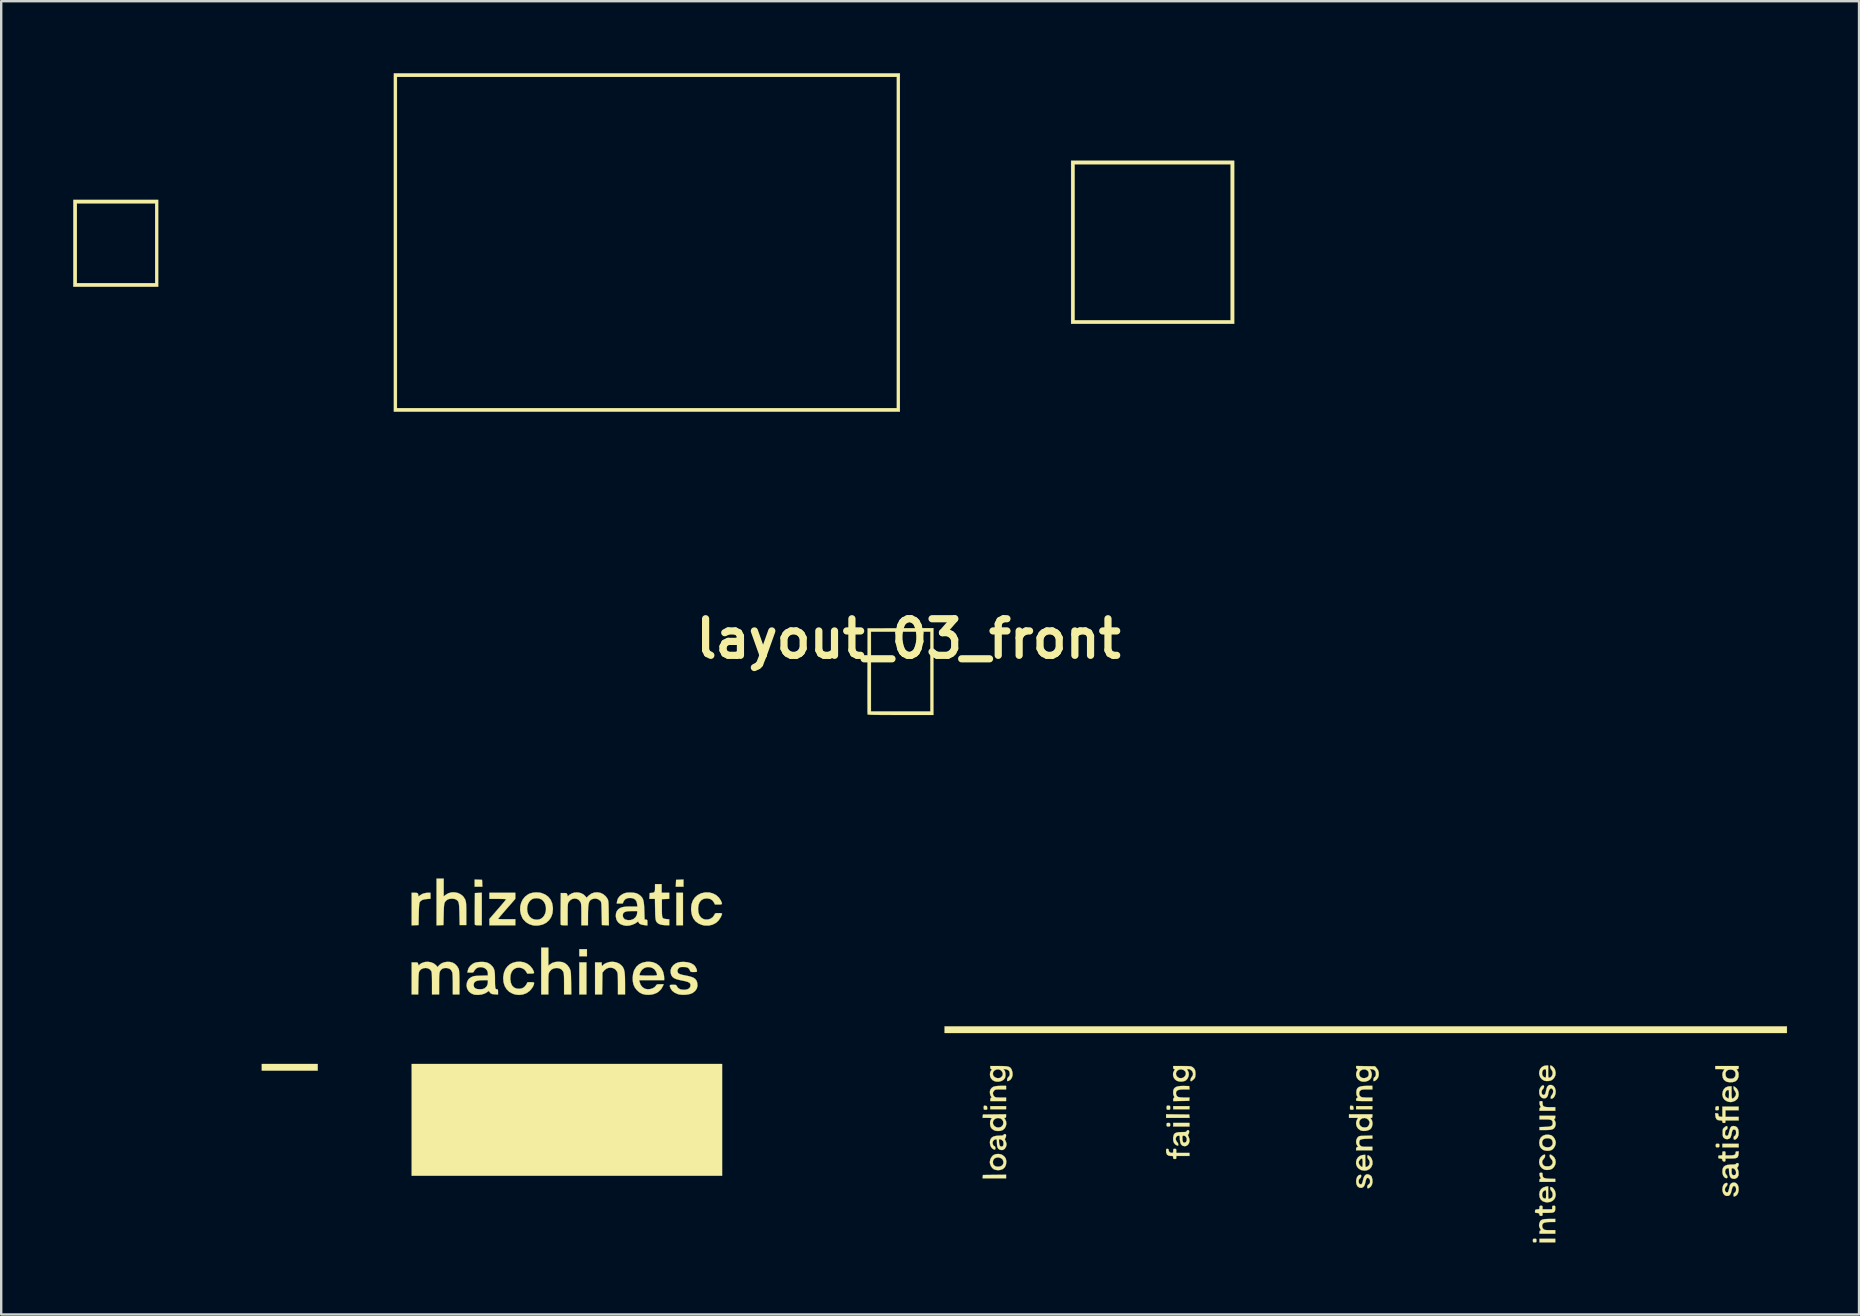
<source format=kicad_pcb>
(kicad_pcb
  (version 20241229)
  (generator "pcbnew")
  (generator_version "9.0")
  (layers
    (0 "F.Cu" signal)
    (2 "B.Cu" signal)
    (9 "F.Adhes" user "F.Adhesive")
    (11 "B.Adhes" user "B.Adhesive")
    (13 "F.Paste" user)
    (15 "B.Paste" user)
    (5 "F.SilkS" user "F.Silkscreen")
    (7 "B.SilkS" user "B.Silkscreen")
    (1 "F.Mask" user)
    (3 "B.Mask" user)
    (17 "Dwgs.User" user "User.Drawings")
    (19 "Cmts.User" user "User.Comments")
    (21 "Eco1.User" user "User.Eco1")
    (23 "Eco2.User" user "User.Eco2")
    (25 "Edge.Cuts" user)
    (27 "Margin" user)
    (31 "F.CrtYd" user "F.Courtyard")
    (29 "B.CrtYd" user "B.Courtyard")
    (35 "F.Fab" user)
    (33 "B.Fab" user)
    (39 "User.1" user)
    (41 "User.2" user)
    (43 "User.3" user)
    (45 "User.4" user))
  (footprint "layout_03_front"
    (layer "F.Cu")
    (at 34.803 23.564)
    (property "Reference" "layout_03_front" (at 0 0 0) (layer "F.SilkS") (effects (font (size 1.524 1.524) (thickness 0.3))))
    (attr through_hole)
    (fp_poly (pts (xy -24.617 17.992) (xy -26.945 17.992) (xy -26.945 17.716) (xy -24.617 17.716) (xy -24.617 17.992)) (stroke (width 0.01) (type solid)) (fill yes) (layer "F.SilkS"))
    (fp_poly (pts (xy -13.42 14.817) (xy -13.716 14.817) (xy -13.716 13.483) (xy -13.42 13.483) (xy -13.42 14.817)) (stroke (width 0.01) (type solid)) (fill yes) (layer "F.SilkS"))
    (fp_poly (pts (xy -13.399 13.229) (xy -13.716 13.229) (xy -13.716 12.933) (xy -13.399 12.933) (xy -13.399 13.229)) (stroke (width 0.01) (type solid)) (fill yes) (layer "F.SilkS"))
    (fp_poly (pts (xy -9.398 11.938) (xy -9.673 11.938) (xy -9.673 10.583) (xy -9.398 10.583) (xy -9.398 11.938)) (stroke (width 0.01) (type solid)) (fill yes) (layer "F.SilkS"))
    (fp_poly (pts (xy -9.377 10.329) (xy -9.696 10.329) (xy -9.684 10.044) (xy -9.377 10.031) (xy -9.377 10.329)) (stroke (width 0.01) (type solid)) (fill yes) (layer "F.SilkS"))
    (fp_poly (pts (xy -7.768 22.373) (xy -20.701 22.373) (xy -20.701 17.716) (xy -7.768 17.716) (xy -7.768 22.373)) (stroke (width 0.01) (type solid)) (fill yes) (layer "F.SilkS"))
    (fp_poly (pts (xy 4.064 19.6) (xy 3.408 19.6) (xy 3.408 19.473) (xy 4.064 19.473) (xy 4.064 19.6)) (stroke (width 0.01) (type solid)) (fill yes) (layer "F.SilkS"))
    (fp_poly (pts (xy 11.705 19.6) (xy 11.028 19.6) (xy 11.028 19.473) (xy 11.705 19.473) (xy 11.705 19.6)) (stroke (width 0.01) (type solid)) (fill yes) (layer "F.SilkS"))
    (fp_poly (pts (xy 11.705 20.32) (xy 11.028 20.32) (xy 11.028 20.172) (xy 11.705 20.172) (xy 11.705 20.32)) (stroke (width 0.01) (type solid)) (fill yes) (layer "F.SilkS"))
    (fp_poly (pts (xy 19.325 19.6) (xy 18.648 19.6) (xy 18.648 19.473) (xy 19.325 19.473) (xy 19.325 19.6)) (stroke (width 0.01) (type solid)) (fill yes) (layer "F.SilkS"))
    (fp_poly (pts (xy 26.945 25.146) (xy 26.289 25.146) (xy 26.289 24.998) (xy 26.945 24.998) (xy 26.945 25.146)) (stroke (width 0.01) (type solid)) (fill yes) (layer "F.SilkS"))
    (fp_poly (pts (xy 34.586 21.188) (xy 33.909 21.188) (xy 33.909 21.04) (xy 34.586 21.04) (xy 34.586 21.188)) (stroke (width 0.01) (type solid)) (fill yes) (layer "F.SilkS"))
    (fp_poly (pts (xy 36.597 16.425) (xy 1.503 16.425) (xy 1.503 16.15) (xy 36.597 16.15) (xy 36.597 16.425)) (stroke (width 0.01) (type solid)) (fill yes) (layer "F.SilkS"))
    (fp_poly (pts (xy 4.064 22.479) (xy 3.088 22.479) (xy 3.094 22.41) (xy 3.101 22.341) (xy 4.064 22.33) (xy 4.064 22.479)) (stroke (width 0.01) (type solid)) (fill yes) (layer "F.SilkS"))
    (fp_poly (pts (xy -17.923 10.037) (xy -17.769 10.044) (xy -17.763 10.186) (xy -17.757 10.329) (xy -18.076 10.329) (xy -18.076 10.031) (xy -17.923 10.037)) (stroke (width 0.01) (type solid)) (fill yes) (layer "F.SilkS"))
    (fp_poly (pts (xy 11.213 19.817) (xy 11.695 19.823) (xy 11.701 19.891) (xy 11.708 19.96) (xy 10.732 19.96) (xy 10.732 19.811) (xy 11.213 19.817)) (stroke (width 0.01) (type solid)) (fill yes) (layer "F.SilkS"))
    (fp_poly (pts (xy -31.263 -14.668) (xy -34.798 -14.668) (xy -34.798 -18.14) (xy -34.65 -18.14) (xy -34.65 -14.817) (xy -31.39 -14.817) (xy -31.39 -18.14) (xy -34.65 -18.14) (xy -34.798 -18.14) (xy -34.798 -18.288) (xy -31.263 -18.288) (xy -31.263 -14.668)) (stroke (width 0.01) (type solid)) (fill yes) (layer "F.SilkS"))
    (fp_poly (pts (xy -0.36 -9.461) (xy -21.442 -9.461) (xy -21.442 -23.41) (xy -21.315 -23.41) (xy -21.315 -9.61) (xy -0.487 -9.61) (xy -0.487 -23.41) (xy -21.315 -23.41) (xy -21.442 -23.41) (xy -21.442 -23.558) (xy -0.36 -23.558) (xy -0.36 -9.461)) (stroke (width 0.01) (type solid)) (fill yes) (layer "F.SilkS"))
    (fp_poly (pts (xy 13.568 -13.123) (xy 6.773 -13.123) (xy 6.773 -19.77) (xy 6.921 -19.77) (xy 6.921 -13.271) (xy 13.42 -13.271) (xy 13.42 -19.77) (xy 6.921 -19.77) (xy 6.773 -19.77) (xy 6.773 -19.918) (xy 13.568 -19.918) (xy 13.568 -13.123)) (stroke (width 0.01) (type solid)) (fill yes) (layer "F.SilkS"))
    (fp_poly (pts (xy -17.78 11.938) (xy -17.918 11.938) (xy -18.008 11.934) (xy -18.057 11.921) (xy -18.067 11.911) (xy -18.069 11.884) (xy -18.071 11.82) (xy -18.072 11.725) (xy -18.073 11.603) (xy -18.073 11.461) (xy -18.072 11.303) (xy -18.071 11.239) (xy -18.066 10.594) (xy -17.923 10.588) (xy -17.78 10.581) (xy -17.78 11.938)) (stroke (width 0.01) (type solid)) (fill yes) (layer "F.SilkS"))
    (fp_poly (pts (xy 3.201 19.456) (xy 3.247 19.465) (xy 3.268 19.488) (xy 3.277 19.54) (xy 3.277 19.542) (xy 3.279 19.594) (xy 3.266 19.616) (xy 3.227 19.621) (xy 3.208 19.622) (xy 3.16 19.619) (xy 3.139 19.604) (xy 3.133 19.563) (xy 3.133 19.535) (xy 3.135 19.481) (xy 3.147 19.458) (xy 3.179 19.454) (xy 3.201 19.456)) (stroke (width 0.01) (type solid)) (fill yes) (layer "F.SilkS"))
    (fp_poly (pts (xy 10.874 19.455) (xy 10.895 19.471) (xy 10.901 19.512) (xy 10.901 19.537) (xy 10.899 19.591) (xy 10.885 19.615) (xy 10.849 19.621) (xy 10.827 19.622) (xy 10.779 19.619) (xy 10.758 19.603) (xy 10.753 19.562) (xy 10.753 19.537) (xy 10.755 19.483) (xy 10.769 19.459) (xy 10.805 19.452) (xy 10.827 19.452) (xy 10.874 19.455)) (stroke (width 0.01) (type solid)) (fill yes) (layer "F.SilkS"))
    (fp_poly (pts (xy 10.876 20.175) (xy 10.897 20.194) (xy 10.901 20.24) (xy 10.901 20.246) (xy 10.898 20.296) (xy 10.879 20.316) (xy 10.832 20.32) (xy 10.827 20.32) (xy 10.777 20.317) (xy 10.757 20.298) (xy 10.753 20.252) (xy 10.753 20.246) (xy 10.756 20.196) (xy 10.774 20.176) (xy 10.821 20.172) (xy 10.827 20.172) (xy 10.876 20.175)) (stroke (width 0.01) (type solid)) (fill yes) (layer "F.SilkS"))
    (fp_poly (pts (xy 18.463 19.456) (xy 18.508 19.465) (xy 18.529 19.488) (xy 18.538 19.54) (xy 18.538 19.542) (xy 18.54 19.594) (xy 18.527 19.616) (xy 18.488 19.621) (xy 18.469 19.622) (xy 18.421 19.619) (xy 18.4 19.604) (xy 18.394 19.563) (xy 18.394 19.535) (xy 18.396 19.481) (xy 18.408 19.458) (xy 18.441 19.454) (xy 18.463 19.456)) (stroke (width 0.01) (type solid)) (fill yes) (layer "F.SilkS"))
    (fp_poly (pts (xy 26.138 25.001) (xy 26.158 25.02) (xy 26.162 25.066) (xy 26.162 25.072) (xy 26.159 25.122) (xy 26.14 25.142) (xy 26.094 25.146) (xy 26.088 25.146) (xy 26.038 25.143) (xy 26.018 25.124) (xy 26.014 25.078) (xy 26.014 25.072) (xy 26.017 25.022) (xy 26.036 25.002) (xy 26.082 24.998) (xy 26.088 24.998) (xy 26.138 25.001)) (stroke (width 0.01) (type solid)) (fill yes) (layer "F.SilkS"))
    (fp_poly (pts (xy 33.755 19.489) (xy 33.761 19.529) (xy 33.761 19.557) (xy 33.759 19.611) (xy 33.745 19.636) (xy 33.71 19.642) (xy 33.685 19.643) (xy 33.636 19.64) (xy 33.617 19.625) (xy 33.615 19.583) (xy 33.617 19.563) (xy 33.625 19.511) (xy 33.645 19.486) (xy 33.69 19.477) (xy 33.692 19.477) (xy 33.736 19.476) (xy 33.755 19.489)) (stroke (width 0.01) (type solid)) (fill yes) (layer "F.SilkS"))
    (fp_poly (pts (xy 33.758 21.043) (xy 33.778 21.061) (xy 33.782 21.108) (xy 33.782 21.114) (xy 33.779 21.163) (xy 33.76 21.184) (xy 33.714 21.188) (xy 33.708 21.188) (xy 33.658 21.185) (xy 33.638 21.166) (xy 33.634 21.119) (xy 33.634 21.114) (xy 33.637 21.064) (xy 33.656 21.044) (xy 33.702 21.04) (xy 33.708 21.04) (xy 33.758 21.043)) (stroke (width 0.01) (type solid)) (fill yes) (layer "F.SilkS"))
    (fp_poly (pts (xy 26.394 22.25) (xy 26.412 22.269) (xy 26.416 22.315) (xy 26.416 22.328) (xy 26.422 22.391) (xy 26.443 22.436) (xy 26.486 22.466) (xy 26.557 22.484) (xy 26.661 22.494) (xy 26.725 22.497) (xy 26.945 22.504) (xy 26.945 22.627) (xy 26.289 22.627) (xy 26.289 22.564) (xy 26.298 22.513) (xy 26.321 22.5) (xy 26.348 22.491) (xy 26.343 22.462) (xy 26.32 22.427) (xy 26.298 22.377) (xy 26.289 22.316) (xy 26.293 22.268) (xy 26.313 22.249) (xy 26.352 22.246) (xy 26.394 22.25)) (stroke (width 0.01) (type solid)) (fill yes) (layer "F.SilkS"))
    (fp_poly (pts (xy 26.393 19.265) (xy 26.411 19.283) (xy 26.416 19.328) (xy 26.416 19.346) (xy 26.421 19.413) (xy 26.441 19.46) (xy 26.482 19.491) (xy 26.549 19.508) (xy 26.649 19.515) (xy 26.723 19.516) (xy 26.945 19.516) (xy 26.945 19.664) (xy 26.289 19.664) (xy 26.289 19.603) (xy 26.3 19.551) (xy 26.322 19.529) (xy 26.343 19.516) (xy 26.338 19.493) (xy 26.322 19.469) (xy 26.3 19.416) (xy 26.289 19.349) (xy 26.289 19.342) (xy 26.292 19.289) (xy 26.307 19.267) (xy 26.345 19.262) (xy 26.352 19.262) (xy 26.393 19.265)) (stroke (width 0.01) (type solid)) (fill yes) (layer "F.SilkS"))
    (fp_poly (pts (xy -20.497 10.587) (xy -20.452 10.603) (xy -20.431 10.637) (xy -20.426 10.691) (xy -20.422 10.723) (xy -20.404 10.727) (xy -20.367 10.703) (xy -20.338 10.679) (xy -20.235 10.62) (xy -20.103 10.588) (xy -20.018 10.583) (xy -19.918 10.583) (xy -19.918 10.832) (xy -20.061 10.842) (xy -20.18 10.858) (xy -20.267 10.885) (xy -20.328 10.928) (xy -20.357 10.962) (xy -20.369 10.986) (xy -20.379 11.02) (xy -20.387 11.069) (xy -20.393 11.138) (xy -20.398 11.235) (xy -20.402 11.365) (xy -20.405 11.472) (xy -20.415 11.927) (xy -20.701 11.94) (xy -20.701 10.583) (xy -20.576 10.583) (xy -20.497 10.587)) (stroke (width 0.01) (type solid)) (fill yes) (layer "F.SilkS"))
    (fp_poly (pts (xy -16.383 10.835) (xy -16.743 11.248) (xy -16.84 11.36) (xy -16.927 11.461) (xy -17 11.547) (xy -17.056 11.614) (xy -17.092 11.658) (xy -17.103 11.673) (xy -17.083 11.677) (xy -17.027 11.68) (xy -16.943 11.682) (xy -16.837 11.684) (xy -16.743 11.684) (xy -16.383 11.684) (xy -16.383 11.938) (xy -17.462 11.938) (xy -17.462 11.672) (xy -17.114 11.271) (xy -17.018 11.16) (xy -16.933 11.06) (xy -16.861 10.975) (xy -16.807 10.909) (xy -16.773 10.867) (xy -16.764 10.853) (xy -16.784 10.848) (xy -16.839 10.843) (xy -16.923 10.84) (xy -17.028 10.838) (xy -17.113 10.837) (xy -17.462 10.837) (xy -17.462 10.583) (xy -16.383 10.583) (xy -16.383 10.835)) (stroke (width 0.01) (type solid)) (fill yes) (layer "F.SilkS"))
    (fp_poly (pts (xy 26.945 19.939) (xy 26.936 19.989) (xy 26.914 20.003) (xy 26.897 20.009) (xy 26.903 20.034) (xy 26.924 20.071) (xy 26.961 20.163) (xy 26.959 20.259) (xy 26.935 20.332) (xy 26.905 20.385) (xy 26.859 20.423) (xy 26.793 20.448) (xy 26.699 20.462) (xy 26.572 20.468) (xy 26.523 20.468) (xy 26.289 20.468) (xy 26.289 20.345) (xy 26.52 20.338) (xy 26.645 20.331) (xy 26.733 20.318) (xy 26.791 20.295) (xy 26.824 20.26) (xy 26.838 20.21) (xy 26.839 20.179) (xy 26.833 20.118) (xy 26.812 20.075) (xy 26.769 20.047) (xy 26.698 20.031) (xy 26.594 20.024) (xy 26.522 20.024) (xy 26.289 20.024) (xy 26.289 19.875) (xy 26.945 19.875) (xy 26.945 19.939)) (stroke (width 0.01) (type solid)) (fill yes) (layer "F.SilkS"))
    (fp_poly (pts (xy 34.586 19.643) (xy 34.036 19.643) (xy 34.036 19.918) (xy 34.586 19.918) (xy 34.586 20.066) (xy 34.036 20.066) (xy 34.036 20.119) (xy 34.029 20.157) (xy 34 20.171) (xy 33.972 20.172) (xy 33.927 20.166) (xy 33.911 20.142) (xy 33.909 20.119) (xy 33.905 20.086) (xy 33.885 20.071) (xy 33.838 20.066) (xy 33.816 20.066) (xy 33.725 20.054) (xy 33.665 20.017) (xy 33.63 19.948) (xy 33.618 19.879) (xy 33.607 19.77) (xy 33.672 19.77) (xy 33.718 19.775) (xy 33.737 19.799) (xy 33.744 19.838) (xy 33.752 19.884) (xy 33.776 19.905) (xy 33.827 19.914) (xy 33.83 19.914) (xy 33.909 19.92) (xy 33.909 19.494) (xy 34.586 19.494) (xy 34.586 19.643)) (stroke (width 0.01) (type solid)) (fill yes) (layer "F.SilkS"))
    (fp_poly (pts (xy 1.037 3.175) (xy -0.329 3.175) (xy -0.615 3.175) (xy -0.861 3.174) (xy -1.069 3.173) (xy -1.243 3.172) (xy -1.385 3.17) (xy -1.498 3.168) (xy -1.583 3.165) (xy -1.644 3.161) (xy -1.682 3.157) (xy -1.702 3.151) (xy -1.705 3.149) (xy -1.706 3.124) (xy -1.708 3.06) (xy -1.709 2.96) (xy -1.709 2.827) (xy -1.71 2.665) (xy -1.711 2.475) (xy -1.711 2.263) (xy -1.711 2.03) (xy -1.71 1.78) (xy -1.71 1.516) (xy -1.709 1.344) (xy -1.704 -0.296) (xy -1.566 -0.296) (xy -1.566 3.027) (xy 0.91 3.027) (xy 0.91 -0.296) (xy -1.566 -0.296) (xy -1.704 -0.296) (xy -1.704 -0.434) (xy -0.333 -0.439) (xy 1.037 -0.445) (xy 1.037 3.175)) (stroke (width 0.01) (type solid)) (fill yes) (layer "F.SilkS"))
    (fp_poly (pts (xy 11.483 18.631) (xy 11.695 18.637) (xy 11.701 18.706) (xy 11.708 18.775) (xy 11.494 18.775) (xy 11.362 18.779) (xy 11.266 18.792) (xy 11.202 18.816) (xy 11.162 18.854) (xy 11.146 18.894) (xy 11.145 18.97) (xy 11.174 19.04) (xy 11.227 19.088) (xy 11.231 19.09) (xy 11.275 19.1) (xy 11.348 19.108) (xy 11.44 19.113) (xy 11.496 19.113) (xy 11.708 19.113) (xy 11.701 19.182) (xy 11.695 19.251) (xy 11.028 19.263) (xy 11.028 19.198) (xy 11.038 19.145) (xy 11.06 19.121) (xy 11.08 19.108) (xy 11.076 19.084) (xy 11.058 19.055) (xy 11.032 18.985) (xy 11.024 18.897) (xy 11.034 18.809) (xy 11.059 18.747) (xy 11.112 18.693) (xy 11.192 18.656) (xy 11.301 18.636) (xy 11.446 18.63) (xy 11.483 18.631)) (stroke (width 0.01) (type solid)) (fill yes) (layer "F.SilkS"))
    (fp_poly (pts (xy 19.325 20.824) (xy 19.094 20.831) (xy 18.97 20.838) (xy 18.882 20.851) (xy 18.824 20.873) (xy 18.791 20.908) (xy 18.777 20.958) (xy 18.775 20.999) (xy 18.784 21.066) (xy 18.819 21.113) (xy 18.831 21.123) (xy 18.862 21.143) (xy 18.9 21.156) (xy 18.954 21.163) (xy 19.034 21.166) (xy 19.106 21.167) (xy 19.325 21.167) (xy 19.325 21.315) (xy 18.648 21.315) (xy 18.648 21.254) (xy 18.659 21.203) (xy 18.692 21.181) (xy 18.736 21.17) (xy 18.689 21.106) (xy 18.655 21.027) (xy 18.649 20.935) (xy 18.671 20.843) (xy 18.719 20.768) (xy 18.719 20.768) (xy 18.744 20.745) (xy 18.771 20.729) (xy 18.806 20.718) (xy 18.859 20.712) (xy 18.938 20.708) (xy 19.05 20.705) (xy 19.325 20.698) (xy 19.325 20.824)) (stroke (width 0.01) (type solid)) (fill yes) (layer "F.SilkS"))
    (fp_poly (pts (xy 26.945 24.299) (xy 26.758 24.299) (xy 26.617 24.305) (xy 26.515 24.322) (xy 26.447 24.35) (xy 26.416 24.385) (xy 26.396 24.463) (xy 26.414 24.541) (xy 26.447 24.586) (xy 26.473 24.609) (xy 26.502 24.624) (xy 26.543 24.633) (xy 26.605 24.637) (xy 26.698 24.638) (xy 26.722 24.638) (xy 26.945 24.638) (xy 26.945 24.786) (xy 26.289 24.786) (xy 26.289 24.723) (xy 26.298 24.672) (xy 26.321 24.659) (xy 26.343 24.658) (xy 26.349 24.649) (xy 26.339 24.622) (xy 26.312 24.567) (xy 26.31 24.564) (xy 26.28 24.499) (xy 26.27 24.446) (xy 26.277 24.387) (xy 26.29 24.335) (xy 26.315 24.274) (xy 26.352 24.229) (xy 26.408 24.199) (xy 26.49 24.182) (xy 26.604 24.174) (xy 26.696 24.172) (xy 26.945 24.172) (xy 26.945 24.299)) (stroke (width 0.01) (type solid)) (fill yes) (layer "F.SilkS"))
    (fp_poly (pts (xy 4.064 18.775) (xy 3.841 18.775) (xy 3.74 18.776) (xy 3.672 18.779) (xy 3.628 18.786) (xy 3.597 18.8) (xy 3.571 18.821) (xy 3.566 18.827) (xy 3.522 18.895) (xy 3.514 18.944) (xy 3.533 19.018) (xy 3.566 19.062) (xy 3.592 19.085) (xy 3.621 19.1) (xy 3.661 19.109) (xy 3.724 19.112) (xy 3.817 19.113) (xy 3.841 19.113) (xy 4.064 19.113) (xy 4.064 19.262) (xy 3.408 19.262) (xy 3.408 19.198) (xy 3.418 19.145) (xy 3.44 19.121) (xy 3.461 19.108) (xy 3.452 19.086) (xy 3.437 19.069) (xy 3.414 19.024) (xy 3.396 18.958) (xy 3.392 18.929) (xy 3.391 18.853) (xy 3.409 18.794) (xy 3.433 18.754) (xy 3.476 18.703) (xy 3.532 18.668) (xy 3.606 18.645) (xy 3.707 18.632) (xy 3.843 18.628) (xy 3.847 18.628) (xy 4.064 18.627) (xy 4.064 18.775)) (stroke (width 0.01) (type solid)) (fill yes) (layer "F.SilkS"))
    (fp_poly (pts (xy 11.132 21.255) (xy 11.15 21.273) (xy 11.155 21.318) (xy 11.155 21.336) (xy 11.155 21.421) (xy 11.705 21.421) (xy 11.705 21.548) (xy 11.155 21.548) (xy 11.155 21.611) (xy 11.15 21.656) (xy 11.125 21.673) (xy 11.091 21.675) (xy 11.046 21.669) (xy 11.03 21.645) (xy 11.028 21.611) (xy 11.025 21.573) (xy 11.011 21.555) (xy 10.973 21.548) (xy 10.924 21.548) (xy 10.832 21.534) (xy 10.771 21.491) (xy 10.738 21.417) (xy 10.732 21.344) (xy 10.734 21.286) (xy 10.745 21.259) (xy 10.772 21.252) (xy 10.784 21.251) (xy 10.825 21.26) (xy 10.837 21.294) (xy 10.837 21.303) (xy 10.856 21.367) (xy 10.906 21.409) (xy 10.966 21.421) (xy 11.006 21.417) (xy 11.023 21.399) (xy 11.028 21.353) (xy 11.028 21.336) (xy 11.03 21.282) (xy 11.044 21.258) (xy 11.078 21.251) (xy 11.091 21.251) (xy 11.132 21.255)) (stroke (width 0.01) (type solid)) (fill yes) (layer "F.SilkS"))
    (fp_poly (pts (xy -10.287 10.583) (xy -9.97 10.583) (xy -9.97 10.835) (xy -10.123 10.842) (xy -10.276 10.848) (xy -10.276 11.223) (xy -10.276 11.369) (xy -10.273 11.478) (xy -10.266 11.557) (xy -10.252 11.609) (xy -10.228 11.642) (xy -10.193 11.661) (xy -10.144 11.671) (xy -10.089 11.678) (xy -9.97 11.69) (xy -9.97 11.938) (xy -10.081 11.935) (xy -10.167 11.931) (xy -10.254 11.922) (xy -10.282 11.918) (xy -10.355 11.898) (xy -10.42 11.868) (xy -10.43 11.861) (xy -10.469 11.829) (xy -10.498 11.796) (xy -10.52 11.753) (xy -10.535 11.696) (xy -10.545 11.619) (xy -10.552 11.516) (xy -10.556 11.38) (xy -10.558 11.266) (xy -10.565 10.837) (xy -10.797 10.837) (xy -10.791 10.716) (xy -10.784 10.594) (xy -10.7 10.587) (xy -10.635 10.578) (xy -10.594 10.558) (xy -10.572 10.518) (xy -10.563 10.451) (xy -10.562 10.38) (xy -10.562 10.223) (xy -10.287 10.223) (xy -10.287 10.583)) (stroke (width 0.01) (type solid)) (fill yes) (layer "F.SilkS"))
    (fp_poly (pts (xy -12.189 13.477) (xy -12.062 13.529) (xy -11.969 13.6) (xy -11.922 13.652) (xy -11.885 13.708) (xy -11.857 13.774) (xy -11.837 13.855) (xy -11.823 13.958) (xy -11.815 14.087) (xy -11.812 14.249) (xy -11.811 14.379) (xy -11.811 14.817) (xy -12.107 14.817) (xy -12.107 14.381) (xy -12.108 14.226) (xy -12.11 14.108) (xy -12.114 14.02) (xy -12.119 13.957) (xy -12.128 13.911) (xy -12.139 13.877) (xy -12.142 13.872) (xy -12.204 13.786) (xy -12.288 13.729) (xy -12.385 13.703) (xy -12.488 13.707) (xy -12.587 13.744) (xy -12.674 13.813) (xy -12.687 13.829) (xy -12.753 13.91) (xy -12.759 14.363) (xy -12.766 14.817) (xy -13.06 14.817) (xy -13.06 13.483) (xy -12.785 13.483) (xy -12.785 13.557) (xy -12.777 13.609) (xy -12.76 13.631) (xy -12.738 13.619) (xy -12.729 13.6) (xy -12.705 13.574) (xy -12.654 13.54) (xy -12.606 13.514) (xy -12.47 13.469) (xy -12.328 13.457) (xy -12.189 13.477)) (stroke (width 0.01) (type solid)) (fill yes) (layer "F.SilkS"))
    (fp_poly (pts (xy 3.86 21.483) (xy 3.916 21.511) (xy 4.002 21.582) (xy 4.052 21.659) (xy 4.072 21.754) (xy 4.074 21.798) (xy 4.057 21.924) (xy 4.008 22.023) (xy 3.929 22.093) (xy 3.822 22.132) (xy 3.733 22.14) (xy 3.653 22.132) (xy 3.577 22.112) (xy 3.556 22.103) (xy 3.489 22.05) (xy 3.433 21.969) (xy 3.397 21.875) (xy 3.388 21.811) (xy 3.512 21.811) (xy 3.529 21.891) (xy 3.551 21.928) (xy 3.615 21.975) (xy 3.7 21.997) (xy 3.795 21.991) (xy 3.866 21.967) (xy 3.923 21.919) (xy 3.952 21.85) (xy 3.951 21.773) (xy 3.918 21.699) (xy 3.896 21.673) (xy 3.821 21.625) (xy 3.732 21.607) (xy 3.642 21.62) (xy 3.57 21.663) (xy 3.526 21.729) (xy 3.512 21.811) (xy 3.388 21.811) (xy 3.387 21.802) (xy 3.403 21.708) (xy 3.445 21.616) (xy 3.505 21.539) (xy 3.556 21.502) (xy 3.652 21.47) (xy 3.759 21.464) (xy 3.86 21.483)) (stroke (width 0.01) (type solid)) (fill yes) (layer "F.SilkS"))
    (fp_poly (pts (xy 19.325 18.775) (xy 19.106 18.775) (xy 19.003 18.776) (xy 18.933 18.78) (xy 18.885 18.789) (xy 18.851 18.804) (xy 18.831 18.819) (xy 18.79 18.864) (xy 18.775 18.923) (xy 18.775 18.944) (xy 18.784 19.011) (xy 18.816 19.057) (xy 18.831 19.07) (xy 18.862 19.09) (xy 18.9 19.103) (xy 18.954 19.11) (xy 19.034 19.113) (xy 19.106 19.113) (xy 19.325 19.113) (xy 19.325 19.262) (xy 19.001 19.262) (xy 18.887 19.261) (xy 18.79 19.258) (xy 18.715 19.255) (xy 18.67 19.25) (xy 18.662 19.248) (xy 18.646 19.207) (xy 18.656 19.159) (xy 18.686 19.126) (xy 18.692 19.124) (xy 18.721 19.111) (xy 18.72 19.094) (xy 18.697 19.067) (xy 18.672 19.022) (xy 18.66 18.952) (xy 18.658 18.901) (xy 18.667 18.809) (xy 18.695 18.738) (xy 18.748 18.687) (xy 18.828 18.653) (xy 18.941 18.634) (xy 19.09 18.627) (xy 19.119 18.627) (xy 19.325 18.627) (xy 19.325 18.775)) (stroke (width 0.01) (type solid)) (fill yes) (layer "F.SilkS"))
    (fp_poly (pts (xy 26.762 20.682) (xy 26.797 20.697) (xy 26.865 20.753) (xy 26.921 20.835) (xy 26.958 20.93) (xy 26.966 20.997) (xy 26.95 21.091) (xy 26.908 21.183) (xy 26.848 21.26) (xy 26.797 21.297) (xy 26.698 21.329) (xy 26.586 21.334) (xy 26.479 21.311) (xy 26.435 21.291) (xy 26.35 21.222) (xy 26.299 21.132) (xy 26.28 21.015) (xy 26.28 20.997) (xy 26.395 20.997) (xy 26.412 21.084) (xy 26.463 21.146) (xy 26.544 21.181) (xy 26.617 21.188) (xy 26.694 21.183) (xy 26.747 21.164) (xy 26.783 21.136) (xy 26.824 21.084) (xy 26.839 21.021) (xy 26.839 20.997) (xy 26.823 20.909) (xy 26.775 20.848) (xy 26.694 20.814) (xy 26.617 20.807) (xy 26.516 20.822) (xy 26.444 20.865) (xy 26.403 20.935) (xy 26.395 20.997) (xy 26.28 20.997) (xy 26.295 20.878) (xy 26.341 20.784) (xy 26.421 20.713) (xy 26.438 20.703) (xy 26.539 20.667) (xy 26.653 20.66) (xy 26.762 20.682)) (stroke (width 0.01) (type solid)) (fill yes) (layer "F.SilkS"))
    (fp_poly (pts (xy 26.77 21.5) (xy 26.82 21.532) (xy 26.902 21.609) (xy 26.949 21.704) (xy 26.963 21.807) (xy 26.944 21.911) (xy 26.891 22.009) (xy 26.817 22.081) (xy 26.752 22.111) (xy 26.665 22.128) (xy 26.573 22.131) (xy 26.495 22.118) (xy 26.49 22.116) (xy 26.395 22.062) (xy 26.327 21.984) (xy 26.286 21.891) (xy 26.273 21.791) (xy 26.289 21.692) (xy 26.335 21.602) (xy 26.411 21.531) (xy 26.438 21.515) (xy 26.489 21.491) (xy 26.514 21.491) (xy 26.521 21.519) (xy 26.522 21.55) (xy 26.505 21.618) (xy 26.458 21.675) (xy 26.407 21.746) (xy 26.397 21.822) (xy 26.428 21.9) (xy 26.446 21.922) (xy 26.482 21.958) (xy 26.522 21.975) (xy 26.583 21.981) (xy 26.614 21.982) (xy 26.691 21.977) (xy 26.743 21.962) (xy 26.785 21.93) (xy 26.832 21.862) (xy 26.839 21.786) (xy 26.808 21.711) (xy 26.776 21.675) (xy 26.726 21.61) (xy 26.712 21.55) (xy 26.716 21.504) (xy 26.733 21.488) (xy 26.77 21.5)) (stroke (width 0.01) (type solid)) (fill yes) (layer "F.SilkS"))
    (fp_poly (pts (xy 26.919 23.624) (xy 26.938 23.639) (xy 26.944 23.676) (xy 26.945 23.728) (xy 26.941 23.803) (xy 26.924 23.855) (xy 26.889 23.889) (xy 26.829 23.908) (xy 26.737 23.917) (xy 26.638 23.918) (xy 26.416 23.918) (xy 26.416 23.982) (xy 26.411 24.027) (xy 26.386 24.043) (xy 26.354 24.045) (xy 26.308 24.038) (xy 26.289 24.01) (xy 26.285 23.987) (xy 26.276 23.95) (xy 26.252 23.932) (xy 26.201 23.923) (xy 26.187 23.922) (xy 26.131 23.916) (xy 26.105 23.903) (xy 26.101 23.873) (xy 26.103 23.848) (xy 26.11 23.805) (xy 26.131 23.785) (xy 26.177 23.776) (xy 26.199 23.774) (xy 26.255 23.768) (xy 26.281 23.753) (xy 26.289 23.72) (xy 26.289 23.695) (xy 26.293 23.646) (xy 26.311 23.626) (xy 26.352 23.622) (xy 26.395 23.626) (xy 26.413 23.647) (xy 26.416 23.696) (xy 26.416 23.77) (xy 26.818 23.77) (xy 26.818 23.696) (xy 26.822 23.646) (xy 26.84 23.626) (xy 26.882 23.622) (xy 26.919 23.624)) (stroke (width 0.01) (type solid)) (fill yes) (layer "F.SilkS"))
    (fp_poly (pts (xy -19.367 10.733) (xy -19.288 10.671) (xy -19.17 10.602) (xy -19.041 10.566) (xy -18.908 10.563) (xy -18.778 10.591) (xy -18.66 10.646) (xy -18.56 10.728) (xy -18.486 10.835) (xy -18.464 10.885) (xy -18.451 10.929) (xy -18.441 10.977) (xy -18.434 11.038) (xy -18.43 11.117) (xy -18.427 11.221) (xy -18.426 11.357) (xy -18.426 11.462) (xy -18.426 11.927) (xy -18.701 11.927) (xy -18.711 11.471) (xy -18.716 11.308) (xy -18.721 11.182) (xy -18.728 11.086) (xy -18.74 11.016) (xy -18.756 10.964) (xy -18.778 10.926) (xy -18.809 10.896) (xy -18.848 10.868) (xy -18.853 10.864) (xy -18.923 10.838) (xy -19.014 10.828) (xy -19.107 10.834) (xy -19.187 10.857) (xy -19.214 10.872) (xy -19.259 10.907) (xy -19.293 10.94) (xy -19.319 10.978) (xy -19.337 11.025) (xy -19.349 11.089) (xy -19.357 11.176) (xy -19.362 11.292) (xy -19.367 11.443) (xy -19.367 11.479) (xy -19.378 11.927) (xy -19.664 11.94) (xy -19.664 9.991) (xy -19.367 9.991) (xy -19.367 10.733)) (stroke (width 0.01) (type solid)) (fill yes) (layer "F.SilkS"))
    (fp_poly (pts (xy 19.325 19.886) (xy 19.321 19.937) (xy 19.303 19.957) (xy 19.28 19.96) (xy 19.248 19.963) (xy 19.253 19.98) (xy 19.267 19.997) (xy 19.314 20.08) (xy 19.332 20.182) (xy 19.319 20.292) (xy 19.283 20.382) (xy 19.232 20.437) (xy 19.153 20.477) (xy 19.056 20.501) (xy 18.953 20.506) (xy 18.858 20.49) (xy 18.818 20.473) (xy 18.732 20.409) (xy 18.675 20.32) (xy 18.648 20.218) (xy 18.652 20.168) (xy 18.775 20.168) (xy 18.792 20.24) (xy 18.834 20.303) (xy 18.9 20.346) (xy 18.986 20.362) (xy 19.053 20.357) (xy 19.108 20.343) (xy 19.117 20.339) (xy 19.159 20.298) (xy 19.193 20.233) (xy 19.21 20.165) (xy 19.207 20.123) (xy 19.163 20.044) (xy 19.093 19.99) (xy 19.007 19.966) (xy 18.916 19.976) (xy 18.901 19.982) (xy 18.828 20.03) (xy 18.787 20.095) (xy 18.775 20.168) (xy 18.652 20.168) (xy 18.655 20.113) (xy 18.69 20.029) (xy 18.732 19.96) (xy 18.352 19.96) (xy 18.352 19.812) (xy 19.325 19.812) (xy 19.325 19.886)) (stroke (width 0.01) (type solid)) (fill yes) (layer "F.SilkS"))
    (fp_poly (pts (xy 34.581 21.467) (xy 34.57 21.54) (xy 34.548 21.592) (xy 34.509 21.625) (xy 34.447 21.644) (xy 34.354 21.652) (xy 34.256 21.654) (xy 34.036 21.654) (xy 34.036 21.717) (xy 34.03 21.762) (xy 34.006 21.779) (xy 33.982 21.78) (xy 33.938 21.769) (xy 33.919 21.749) (xy 33.903 21.698) (xy 33.899 21.685) (xy 33.87 21.661) (xy 33.814 21.654) (xy 33.764 21.65) (xy 33.744 21.632) (xy 33.74 21.59) (xy 33.743 21.549) (xy 33.761 21.531) (xy 33.806 21.527) (xy 33.824 21.526) (xy 33.879 21.524) (xy 33.903 21.51) (xy 33.909 21.472) (xy 33.909 21.442) (xy 33.912 21.388) (xy 33.925 21.363) (xy 33.959 21.357) (xy 33.972 21.357) (xy 34.013 21.361) (xy 34.031 21.379) (xy 34.036 21.424) (xy 34.036 21.442) (xy 34.036 21.526) (xy 34.193 21.526) (xy 34.308 21.523) (xy 34.386 21.511) (xy 34.433 21.489) (xy 34.456 21.453) (xy 34.459 21.421) (xy 34.464 21.376) (xy 34.488 21.36) (xy 34.526 21.357) (xy 34.592 21.357) (xy 34.581 21.467)) (stroke (width 0.01) (type solid)) (fill yes) (layer "F.SilkS"))
    (fp_poly (pts (xy -15.007 13.629) (xy -14.941 13.569) (xy -14.844 13.506) (xy -14.72 13.467) (xy -14.58 13.454) (xy -14.434 13.469) (xy -14.433 13.469) (xy -14.323 13.511) (xy -14.223 13.588) (xy -14.143 13.693) (xy -14.122 13.733) (xy -14.103 13.773) (xy -14.09 13.81) (xy -14.079 13.851) (xy -14.072 13.901) (xy -14.067 13.967) (xy -14.063 14.056) (xy -14.061 14.174) (xy -14.058 14.328) (xy -14.058 14.335) (xy -14.051 14.817) (xy -14.351 14.817) (xy -14.351 14.381) (xy -14.352 14.227) (xy -14.353 14.11) (xy -14.357 14.023) (xy -14.363 13.959) (xy -14.371 13.913) (xy -14.383 13.879) (xy -14.386 13.87) (xy -14.448 13.787) (xy -14.536 13.735) (xy -14.65 13.716) (xy -14.658 13.716) (xy -14.781 13.734) (xy -14.881 13.785) (xy -14.955 13.871) (xy -14.959 13.877) (xy -14.975 13.907) (xy -14.987 13.939) (xy -14.996 13.978) (xy -15.001 14.031) (xy -15.005 14.104) (xy -15.006 14.206) (xy -15.007 14.34) (xy -15.007 14.388) (xy -15.007 14.817) (xy -15.303 14.817) (xy -15.303 12.869) (xy -15.007 12.869) (xy -15.007 13.629)) (stroke (width 0.01) (type solid)) (fill yes) (layer "F.SilkS"))
    (fp_poly (pts (xy 4.064 19.886) (xy 4.059 19.937) (xy 4.041 19.958) (xy 4.021 19.96) (xy 3.994 19.962) (xy 3.991 19.974) (xy 4.013 20.008) (xy 4.023 20.02) (xy 4.066 20.112) (xy 4.075 20.214) (xy 4.052 20.314) (xy 4.001 20.403) (xy 3.923 20.468) (xy 3.916 20.472) (xy 3.822 20.502) (xy 3.713 20.509) (xy 3.608 20.493) (xy 3.558 20.473) (xy 3.472 20.414) (xy 3.421 20.337) (xy 3.399 20.236) (xy 3.397 20.194) (xy 3.4 20.153) (xy 3.513 20.153) (xy 3.526 20.227) (xy 3.575 20.3) (xy 3.576 20.3) (xy 3.651 20.349) (xy 3.741 20.365) (xy 3.83 20.348) (xy 3.88 20.319) (xy 3.933 20.254) (xy 3.952 20.177) (xy 3.94 20.099) (xy 3.899 20.032) (xy 3.83 19.985) (xy 3.818 19.981) (xy 3.725 19.966) (xy 3.642 19.983) (xy 3.576 20.024) (xy 3.531 20.083) (xy 3.513 20.153) (xy 3.4 20.153) (xy 3.403 20.104) (xy 3.422 20.047) (xy 3.434 20.03) (xy 3.462 19.994) (xy 3.471 19.974) (xy 3.452 19.968) (xy 3.399 19.963) (xy 3.323 19.961) (xy 3.279 19.96) (xy 3.088 19.96) (xy 3.094 19.891) (xy 3.101 19.823) (xy 4.064 19.811) (xy 4.064 19.886)) (stroke (width 0.01) (type solid)) (fill yes) (layer "F.SilkS"))
    (fp_poly (pts (xy 19.029 21.757) (xy 19.03 21.861) (xy 19.035 21.944) (xy 19.041 21.996) (xy 19.049 22.013) (xy 19.107 21.997) (xy 19.163 21.957) (xy 19.196 21.915) (xy 19.219 21.823) (xy 19.202 21.741) (xy 19.165 21.69) (xy 19.124 21.632) (xy 19.117 21.571) (xy 19.125 21.527) (xy 19.142 21.518) (xy 19.175 21.532) (xy 19.249 21.592) (xy 19.302 21.679) (xy 19.331 21.781) (xy 19.329 21.886) (xy 19.324 21.912) (xy 19.276 22.017) (xy 19.201 22.095) (xy 19.105 22.143) (xy 18.995 22.159) (xy 18.879 22.14) (xy 18.816 22.114) (xy 18.73 22.05) (xy 18.674 21.967) (xy 18.647 21.874) (xy 18.647 21.851) (xy 18.757 21.851) (xy 18.793 21.926) (xy 18.816 21.951) (xy 18.86 21.99) (xy 18.894 22.012) (xy 18.9 22.013) (xy 18.912 21.993) (xy 18.92 21.934) (xy 18.923 21.839) (xy 18.923 21.833) (xy 18.92 21.734) (xy 18.91 21.674) (xy 18.889 21.651) (xy 18.856 21.662) (xy 18.808 21.703) (xy 18.806 21.705) (xy 18.761 21.775) (xy 18.757 21.851) (xy 18.647 21.851) (xy 18.649 21.777) (xy 18.677 21.684) (xy 18.73 21.604) (xy 18.808 21.544) (xy 18.908 21.512) (xy 18.922 21.51) (xy 19.029 21.5) (xy 19.029 21.757)) (stroke (width 0.01) (type solid)) (fill yes) (layer "F.SilkS"))
    (fp_poly (pts (xy 34.586 17.865) (xy 34.58 17.911) (xy 34.555 17.928) (xy 34.544 17.928) (xy 34.51 17.933) (xy 34.502 17.941) (xy 34.513 17.964) (xy 34.542 18.005) (xy 34.544 18.007) (xy 34.575 18.07) (xy 34.586 18.158) (xy 34.586 18.169) (xy 34.57 18.284) (xy 34.523 18.375) (xy 34.449 18.438) (xy 34.428 18.448) (xy 34.337 18.471) (xy 34.23 18.477) (xy 34.127 18.465) (xy 34.06 18.442) (xy 33.977 18.38) (xy 33.927 18.29) (xy 33.909 18.174) (xy 33.909 18.169) (xy 33.912 18.14) (xy 34.036 18.14) (xy 34.052 18.23) (xy 34.098 18.291) (xy 34.177 18.324) (xy 34.248 18.33) (xy 34.322 18.325) (xy 34.373 18.307) (xy 34.407 18.278) (xy 34.447 18.221) (xy 34.459 18.147) (xy 34.459 18.14) (xy 34.444 18.05) (xy 34.397 17.989) (xy 34.319 17.956) (xy 34.248 17.949) (xy 34.148 17.963) (xy 34.08 18.005) (xy 34.043 18.076) (xy 34.036 18.14) (xy 33.912 18.14) (xy 33.918 18.077) (xy 33.947 18.013) (xy 33.951 18.007) (xy 33.981 17.966) (xy 33.994 17.941) (xy 33.994 17.941) (xy 33.974 17.935) (xy 33.922 17.931) (xy 33.846 17.928) (xy 33.803 17.928) (xy 33.613 17.928) (xy 33.613 17.801) (xy 34.586 17.801) (xy 34.586 17.865)) (stroke (width 0.01) (type solid)) (fill yes) (layer "F.SilkS"))
    (fp_poly (pts (xy -15.364 10.577) (xy -15.293 10.593) (xy -15.134 10.658) (xy -15.007 10.752) (xy -14.911 10.872) (xy -14.848 11.02) (xy -14.819 11.192) (xy -14.817 11.262) (xy -14.835 11.439) (xy -14.889 11.594) (xy -14.975 11.725) (xy -15.091 11.829) (xy -15.234 11.903) (xy -15.402 11.943) (xy -15.449 11.948) (xy -15.535 11.95) (xy -15.62 11.944) (xy -15.656 11.938) (xy -15.812 11.886) (xy -15.945 11.802) (xy -16.051 11.691) (xy -16.091 11.628) (xy -16.155 11.47) (xy -16.183 11.308) (xy -16.18 11.244) (xy -15.892 11.244) (xy -15.881 11.367) (xy -15.844 11.482) (xy -15.781 11.581) (xy -15.696 11.654) (xy -15.593 11.694) (xy -15.476 11.705) (xy -15.364 11.687) (xy -15.353 11.683) (xy -15.257 11.625) (xy -15.184 11.54) (xy -15.134 11.434) (xy -15.108 11.317) (xy -15.107 11.195) (xy -15.131 11.077) (xy -15.181 10.971) (xy -15.258 10.885) (xy -15.286 10.864) (xy -15.38 10.823) (xy -15.492 10.808) (xy -15.603 10.818) (xy -15.678 10.844) (xy -15.77 10.914) (xy -15.836 11.01) (xy -15.877 11.122) (xy -15.892 11.244) (xy -16.18 11.244) (xy -16.177 11.147) (xy -16.138 10.995) (xy -16.068 10.856) (xy -15.97 10.738) (xy -15.845 10.646) (xy -15.793 10.62) (xy -15.662 10.581) (xy -15.513 10.566) (xy -15.364 10.577)) (stroke (width 0.01) (type solid)) (fill yes) (layer "F.SilkS"))
    (fp_poly (pts (xy 26.858 18.623) (xy 26.913 18.683) (xy 26.949 18.764) (xy 26.964 18.86) (xy 26.953 18.963) (xy 26.929 19.033) (xy 26.889 19.104) (xy 26.84 19.144) (xy 26.821 19.152) (xy 26.776 19.165) (xy 26.758 19.156) (xy 26.755 19.117) (xy 26.755 19.113) (xy 26.773 19.047) (xy 26.808 18.999) (xy 26.844 18.942) (xy 26.859 18.876) (xy 26.854 18.812) (xy 26.831 18.76) (xy 26.79 18.734) (xy 26.776 18.733) (xy 26.729 18.753) (xy 26.691 18.81) (xy 26.665 18.898) (xy 26.661 18.92) (xy 26.637 19.027) (xy 26.598 19.098) (xy 26.542 19.138) (xy 26.509 19.147) (xy 26.429 19.143) (xy 26.361 19.104) (xy 26.309 19.037) (xy 26.28 18.947) (xy 26.276 18.842) (xy 26.278 18.823) (xy 26.301 18.747) (xy 26.34 18.678) (xy 26.387 18.627) (xy 26.435 18.606) (xy 26.439 18.605) (xy 26.471 18.621) (xy 26.48 18.66) (xy 26.467 18.71) (xy 26.433 18.76) (xy 26.427 18.766) (xy 26.39 18.819) (xy 26.376 18.882) (xy 26.383 18.942) (xy 26.409 18.988) (xy 26.453 19.008) (xy 26.456 19.008) (xy 26.495 18.999) (xy 26.524 18.967) (xy 26.546 18.905) (xy 26.562 18.829) (xy 26.59 18.719) (xy 26.627 18.645) (xy 26.677 18.602) (xy 26.705 18.592) (xy 26.787 18.59) (xy 26.858 18.623)) (stroke (width 0.01) (type solid)) (fill yes) (layer "F.SilkS"))
    (fp_poly (pts (xy 34.458 22.669) (xy 34.52 22.716) (xy 34.562 22.789) (xy 34.583 22.88) (xy 34.585 22.977) (xy 34.567 23.071) (xy 34.53 23.151) (xy 34.473 23.207) (xy 34.447 23.22) (xy 34.4 23.237) (xy 34.379 23.231) (xy 34.375 23.195) (xy 34.375 23.168) (xy 34.382 23.112) (xy 34.409 23.085) (xy 34.417 23.082) (xy 34.453 23.051) (xy 34.475 22.994) (xy 34.48 22.926) (xy 34.469 22.862) (xy 34.441 22.815) (xy 34.433 22.809) (xy 34.386 22.797) (xy 34.347 22.824) (xy 34.315 22.892) (xy 34.296 22.966) (xy 34.267 23.079) (xy 34.231 23.154) (xy 34.186 23.198) (xy 34.153 23.211) (xy 34.07 23.213) (xy 34 23.178) (xy 33.947 23.112) (xy 33.916 23.018) (xy 33.909 22.938) (xy 33.922 22.832) (xy 33.958 22.748) (xy 34.013 22.692) (xy 34.082 22.67) (xy 34.088 22.669) (xy 34.115 22.685) (xy 34.121 22.723) (xy 34.108 22.77) (xy 34.076 22.814) (xy 34.068 22.821) (xy 34.029 22.871) (xy 34.013 22.931) (xy 34.018 22.991) (xy 34.041 23.04) (xy 34.082 23.067) (xy 34.114 23.068) (xy 34.132 23.06) (xy 34.148 23.039) (xy 34.164 22.999) (xy 34.182 22.933) (xy 34.205 22.835) (xy 34.216 22.782) (xy 34.251 22.713) (xy 34.312 22.669) (xy 34.389 22.654) (xy 34.458 22.669)) (stroke (width 0.01) (type solid)) (fill yes) (layer "F.SilkS"))
    (fp_poly (pts (xy -16.029 13.478) (xy -15.887 13.537) (xy -15.766 13.628) (xy -15.671 13.746) (xy -15.651 13.782) (xy -15.614 13.861) (xy -15.601 13.91) (xy -15.617 13.936) (xy -15.666 13.947) (xy -15.743 13.949) (xy -15.886 13.949) (xy -15.933 13.866) (xy -16.003 13.782) (xy -16.099 13.725) (xy -16.207 13.699) (xy -16.319 13.708) (xy -16.369 13.724) (xy -16.467 13.786) (xy -16.537 13.88) (xy -16.579 14.002) (xy -16.592 14.15) (xy -16.59 14.193) (xy -16.567 14.337) (xy -16.518 14.448) (xy -16.443 14.526) (xy -16.342 14.571) (xy -16.233 14.584) (xy -16.114 14.568) (xy -16.018 14.518) (xy -15.941 14.431) (xy -15.921 14.398) (xy -15.872 14.309) (xy -15.736 14.309) (xy -15.662 14.31) (xy -15.621 14.316) (xy -15.603 14.33) (xy -15.6 14.351) (xy -15.615 14.423) (xy -15.657 14.509) (xy -15.719 14.598) (xy -15.793 14.677) (xy -15.795 14.679) (xy -15.924 14.768) (xy -16.071 14.821) (xy -16.23 14.839) (xy -16.392 14.82) (xy -16.499 14.785) (xy -16.636 14.708) (xy -16.745 14.601) (xy -16.825 14.468) (xy -16.873 14.312) (xy -16.888 14.139) (xy -16.885 14.086) (xy -16.855 13.91) (xy -16.793 13.762) (xy -16.705 13.645) (xy -16.605 13.56) (xy -16.494 13.502) (xy -16.358 13.465) (xy -16.349 13.463) (xy -16.185 13.453) (xy -16.029 13.478)) (stroke (width 0.01) (type solid)) (fill yes) (layer "F.SilkS"))
    (fp_poly (pts (xy 19.177 22.322) (xy 19.238 22.354) (xy 19.284 22.394) (xy 19.293 22.409) (xy 19.327 22.528) (xy 19.331 22.642) (xy 19.308 22.743) (xy 19.26 22.825) (xy 19.189 22.88) (xy 19.161 22.891) (xy 19.129 22.896) (xy 19.116 22.877) (xy 19.113 22.835) (xy 19.123 22.778) (xy 19.155 22.746) (xy 19.161 22.743) (xy 19.205 22.704) (xy 19.228 22.645) (xy 19.229 22.579) (xy 19.211 22.518) (xy 19.173 22.474) (xy 19.14 22.462) (xy 19.107 22.465) (xy 19.082 22.489) (xy 19.06 22.54) (xy 19.039 22.624) (xy 19.028 22.674) (xy 18.995 22.779) (xy 18.944 22.847) (xy 18.877 22.877) (xy 18.796 22.869) (xy 18.766 22.857) (xy 18.707 22.811) (xy 18.669 22.741) (xy 18.651 22.657) (xy 18.651 22.567) (xy 18.669 22.481) (xy 18.703 22.407) (xy 18.753 22.354) (xy 18.818 22.331) (xy 18.826 22.331) (xy 18.854 22.347) (xy 18.862 22.385) (xy 18.85 22.432) (xy 18.822 22.475) (xy 18.807 22.488) (xy 18.768 22.525) (xy 18.754 22.579) (xy 18.754 22.602) (xy 18.765 22.68) (xy 18.801 22.723) (xy 18.843 22.733) (xy 18.873 22.722) (xy 18.899 22.687) (xy 18.921 22.621) (xy 18.944 22.519) (xy 18.945 22.516) (xy 18.977 22.417) (xy 19.027 22.347) (xy 19.09 22.313) (xy 19.117 22.31) (xy 19.177 22.322)) (stroke (width 0.01) (type solid)) (fill yes) (layer "F.SilkS"))
    (fp_poly (pts (xy 26.649 23.065) (xy 26.65 23.165) (xy 26.652 23.248) (xy 26.656 23.306) (xy 26.661 23.331) (xy 26.691 23.335) (xy 26.738 23.32) (xy 26.785 23.294) (xy 26.817 23.264) (xy 26.819 23.261) (xy 26.84 23.185) (xy 26.835 23.102) (xy 26.805 23.03) (xy 26.786 23.008) (xy 26.753 22.963) (xy 26.735 22.912) (xy 26.734 22.867) (xy 26.752 22.841) (xy 26.762 22.839) (xy 26.813 22.857) (xy 26.868 22.906) (xy 26.915 22.975) (xy 26.936 23.019) (xy 26.963 23.139) (xy 26.952 23.248) (xy 26.909 23.342) (xy 26.836 23.415) (xy 26.738 23.463) (xy 26.62 23.48) (xy 26.536 23.473) (xy 26.428 23.436) (xy 26.348 23.368) (xy 26.298 23.273) (xy 26.28 23.151) (xy 26.28 23.141) (xy 26.281 23.136) (xy 26.398 23.136) (xy 26.399 23.205) (xy 26.421 23.267) (xy 26.463 23.31) (xy 26.522 23.326) (xy 26.542 23.322) (xy 26.555 23.307) (xy 26.561 23.271) (xy 26.564 23.206) (xy 26.564 23.144) (xy 26.564 23.057) (xy 26.561 23.004) (xy 26.553 22.978) (xy 26.539 22.972) (xy 26.517 22.977) (xy 26.456 23.012) (xy 26.417 23.068) (xy 26.398 23.136) (xy 26.281 23.136) (xy 26.299 23.025) (xy 26.354 22.932) (xy 26.439 22.865) (xy 26.553 22.827) (xy 26.559 22.826) (xy 26.649 22.812) (xy 26.649 23.065)) (stroke (width 0.01) (type solid)) (fill yes) (layer "F.SilkS"))
    (fp_poly (pts (xy 34.443 18.684) (xy 34.514 18.747) (xy 34.562 18.836) (xy 34.586 18.94) (xy 34.582 19.046) (xy 34.549 19.143) (xy 34.543 19.152) (xy 34.483 19.216) (xy 34.397 19.268) (xy 34.3 19.298) (xy 34.248 19.303) (xy 34.181 19.294) (xy 34.105 19.271) (xy 34.084 19.262) (xy 33.992 19.2) (xy 33.934 19.113) (xy 33.91 19.001) (xy 33.91 18.998) (xy 34.017 18.998) (xy 34.033 19.06) (xy 34.042 19.073) (xy 34.08 19.109) (xy 34.129 19.141) (xy 34.168 19.155) (xy 34.168 19.155) (xy 34.175 19.136) (xy 34.181 19.084) (xy 34.184 19.009) (xy 34.184 18.976) (xy 34.183 18.888) (xy 34.18 18.835) (xy 34.171 18.807) (xy 34.156 18.797) (xy 34.143 18.796) (xy 34.092 18.815) (xy 34.051 18.863) (xy 34.025 18.929) (xy 34.017 18.998) (xy 33.91 18.998) (xy 33.909 18.976) (xy 33.926 18.856) (xy 33.975 18.76) (xy 34.051 18.691) (xy 34.15 18.653) (xy 34.21 18.648) (xy 34.29 18.648) (xy 34.29 18.902) (xy 34.291 19.021) (xy 34.298 19.101) (xy 34.31 19.146) (xy 34.332 19.159) (xy 34.365 19.143) (xy 34.412 19.101) (xy 34.419 19.094) (xy 34.469 19.02) (xy 34.478 18.943) (xy 34.444 18.864) (xy 34.428 18.842) (xy 34.386 18.77) (xy 34.375 18.712) (xy 34.375 18.644) (xy 34.443 18.684)) (stroke (width 0.01) (type solid)) (fill yes) (layer "F.SilkS"))
    (fp_poly (pts (xy 26.649 18.034) (xy 26.649 18.141) (xy 26.651 18.213) (xy 26.656 18.257) (xy 26.665 18.279) (xy 26.679 18.287) (xy 26.692 18.288) (xy 26.755 18.27) (xy 26.802 18.221) (xy 26.831 18.154) (xy 26.838 18.079) (xy 26.82 18.006) (xy 26.786 17.958) (xy 26.757 17.916) (xy 26.738 17.864) (xy 26.731 17.816) (xy 26.738 17.785) (xy 26.749 17.78) (xy 26.801 17.798) (xy 26.858 17.844) (xy 26.909 17.907) (xy 26.935 17.958) (xy 26.962 18.081) (xy 26.949 18.196) (xy 26.896 18.299) (xy 26.817 18.377) (xy 26.752 18.407) (xy 26.665 18.424) (xy 26.573 18.427) (xy 26.495 18.413) (xy 26.49 18.412) (xy 26.392 18.355) (xy 26.321 18.27) (xy 26.281 18.165) (xy 26.279 18.127) (xy 26.396 18.127) (xy 26.414 18.194) (xy 26.453 18.247) (xy 26.486 18.267) (xy 26.529 18.282) (xy 26.548 18.287) (xy 26.555 18.268) (xy 26.561 18.216) (xy 26.564 18.141) (xy 26.564 18.108) (xy 26.563 18.021) (xy 26.56 17.967) (xy 26.551 17.939) (xy 26.536 17.929) (xy 26.522 17.928) (xy 26.463 17.946) (xy 26.422 17.992) (xy 26.399 18.056) (xy 26.396 18.127) (xy 26.279 18.127) (xy 26.276 18.048) (xy 26.279 18.032) (xy 26.316 17.928) (xy 26.384 17.848) (xy 26.476 17.796) (xy 26.574 17.78) (xy 26.649 17.78) (xy 26.649 18.034)) (stroke (width 0.01) (type solid)) (fill yes) (layer "F.SilkS"))
    (fp_poly (pts (xy -8.3 10.571) (xy -8.149 10.611) (xy -8.014 10.682) (xy -7.902 10.782) (xy -7.82 10.906) (xy -7.818 10.911) (xy -7.784 10.988) (xy -7.772 11.036) (xy -7.789 11.06) (xy -7.838 11.069) (xy -7.916 11.07) (xy -8.064 11.07) (xy -8.106 10.988) (xy -8.173 10.897) (xy -8.265 10.84) (xy -8.382 10.817) (xy -8.408 10.816) (xy -8.529 10.834) (xy -8.628 10.886) (xy -8.702 10.971) (xy -8.749 11.086) (xy -8.767 11.229) (xy -8.768 11.248) (xy -8.754 11.403) (xy -8.712 11.526) (xy -8.642 11.617) (xy -8.544 11.677) (xy -8.472 11.697) (xy -8.36 11.698) (xy -8.252 11.665) (xy -8.16 11.601) (xy -8.094 11.513) (xy -8.086 11.494) (xy -8.07 11.46) (xy -8.049 11.441) (xy -8.013 11.432) (xy -7.95 11.43) (xy -7.914 11.43) (xy -7.831 11.432) (xy -7.785 11.441) (xy -7.768 11.455) (xy -7.768 11.458) (xy -7.777 11.491) (xy -7.801 11.548) (xy -7.834 11.618) (xy -7.835 11.62) (xy -7.92 11.745) (xy -8.033 11.844) (xy -8.168 11.912) (xy -8.318 11.948) (xy -8.478 11.949) (xy -8.594 11.926) (xy -8.748 11.864) (xy -8.872 11.773) (xy -8.965 11.653) (xy -9.026 11.505) (xy -9.056 11.33) (xy -9.059 11.247) (xy -9.041 11.07) (xy -8.989 10.915) (xy -8.905 10.785) (xy -8.792 10.682) (xy -8.652 10.609) (xy -8.488 10.57) (xy -8.462 10.567) (xy -8.3 10.571)) (stroke (width 0.01) (type solid)) (fill yes) (layer "F.SilkS"))
    (fp_poly (pts (xy 19.434 17.812) (xy 19.505 17.889) (xy 19.563 17.978) (xy 19.591 18.08) (xy 19.591 18.185) (xy 19.563 18.283) (xy 19.508 18.362) (xy 19.466 18.396) (xy 19.41 18.427) (xy 19.38 18.431) (xy 19.369 18.407) (xy 19.367 18.37) (xy 19.386 18.301) (xy 19.42 18.263) (xy 19.457 18.224) (xy 19.472 18.171) (xy 19.473 18.13) (xy 19.46 18.038) (xy 19.418 17.976) (xy 19.344 17.941) (xy 19.308 17.934) (xy 19.216 17.922) (xy 19.26 17.994) (xy 19.297 18.092) (xy 19.299 18.201) (xy 19.27 18.3) (xy 19.215 18.37) (xy 19.132 18.421) (xy 19.032 18.45) (xy 18.927 18.453) (xy 18.828 18.428) (xy 18.828 18.427) (xy 18.739 18.367) (xy 18.679 18.284) (xy 18.649 18.187) (xy 18.652 18.134) (xy 18.775 18.134) (xy 18.793 18.211) (xy 18.842 18.267) (xy 18.913 18.301) (xy 18.997 18.307) (xy 19.085 18.281) (xy 19.091 18.278) (xy 19.143 18.241) (xy 19.169 18.191) (xy 19.177 18.114) (xy 19.177 18.11) (xy 19.158 18.036) (xy 19.109 17.98) (xy 19.038 17.946) (xy 18.955 17.941) (xy 18.893 17.958) (xy 18.82 18.005) (xy 18.782 18.074) (xy 18.775 18.134) (xy 18.652 18.134) (xy 18.654 18.085) (xy 18.686 18.005) (xy 18.712 17.958) (xy 18.717 17.935) (xy 18.7 17.925) (xy 18.688 17.922) (xy 18.655 17.893) (xy 18.648 17.855) (xy 18.648 17.799) (xy 19.434 17.812)) (stroke (width 0.01) (type solid)) (fill yes) (layer "F.SilkS"))
    (fp_poly (pts (xy 34.462 20.316) (xy 34.53 20.365) (xy 34.571 20.448) (xy 34.586 20.564) (xy 34.586 20.572) (xy 34.578 20.681) (xy 34.549 20.763) (xy 34.499 20.826) (xy 34.443 20.865) (xy 34.401 20.868) (xy 34.378 20.835) (xy 34.375 20.801) (xy 34.384 20.745) (xy 34.418 20.713) (xy 34.422 20.711) (xy 34.459 20.674) (xy 34.479 20.609) (xy 34.477 20.528) (xy 34.471 20.497) (xy 34.45 20.459) (xy 34.406 20.447) (xy 34.396 20.447) (xy 34.363 20.451) (xy 34.338 20.469) (xy 34.319 20.508) (xy 34.301 20.574) (xy 34.282 20.674) (xy 34.28 20.686) (xy 34.25 20.774) (xy 34.195 20.828) (xy 34.114 20.849) (xy 34.103 20.849) (xy 34.029 20.837) (xy 33.972 20.796) (xy 33.971 20.795) (xy 33.944 20.76) (xy 33.928 20.722) (xy 33.921 20.666) (xy 33.92 20.581) (xy 33.921 20.499) (xy 33.926 20.446) (xy 33.941 20.411) (xy 33.968 20.379) (xy 33.989 20.361) (xy 34.051 20.313) (xy 34.093 20.301) (xy 34.116 20.325) (xy 34.121 20.368) (xy 34.111 20.424) (xy 34.077 20.456) (xy 34.073 20.458) (xy 34.042 20.481) (xy 34.025 20.523) (xy 34.019 20.578) (xy 34.018 20.642) (xy 34.029 20.678) (xy 34.057 20.701) (xy 34.059 20.702) (xy 34.101 20.713) (xy 34.135 20.694) (xy 34.164 20.64) (xy 34.189 20.549) (xy 34.195 20.521) (xy 34.223 20.417) (xy 34.256 20.35) (xy 34.299 20.312) (xy 34.358 20.299) (xy 34.369 20.299) (xy 34.462 20.316)) (stroke (width 0.01) (type solid)) (fill yes) (layer "F.SilkS"))
    (fp_poly (pts (xy 11.68 20.484) (xy 11.691 20.517) (xy 11.691 20.552) (xy 11.68 20.608) (xy 11.659 20.646) (xy 11.657 20.647) (xy 11.64 20.667) (xy 11.643 20.697) (xy 11.666 20.743) (xy 11.701 20.84) (xy 11.705 20.933) (xy 11.683 21.016) (xy 11.639 21.083) (xy 11.578 21.127) (xy 11.503 21.143) (xy 11.419 21.123) (xy 11.409 21.118) (xy 11.357 21.069) (xy 11.322 20.983) (xy 11.305 20.864) (xy 11.304 20.824) (xy 11.409 20.824) (xy 11.418 20.918) (xy 11.443 20.977) (xy 11.482 21) (xy 11.533 20.984) (xy 11.561 20.962) (xy 11.594 20.906) (xy 11.595 20.834) (xy 11.575 20.779) (xy 11.535 20.725) (xy 11.484 20.703) (xy 11.456 20.701) (xy 11.43 20.705) (xy 11.415 20.722) (xy 11.41 20.763) (xy 11.409 20.824) (xy 11.304 20.824) (xy 11.304 20.823) (xy 11.302 20.754) (xy 11.295 20.718) (xy 11.278 20.703) (xy 11.252 20.701) (xy 11.191 20.718) (xy 11.15 20.763) (xy 11.132 20.825) (xy 11.141 20.892) (xy 11.177 20.954) (xy 11.187 20.964) (xy 11.227 21.02) (xy 11.239 21.07) (xy 11.235 21.11) (xy 11.213 21.118) (xy 11.192 21.113) (xy 11.112 21.068) (xy 11.055 20.994) (xy 11.026 20.899) (xy 11.024 20.788) (xy 11.053 20.67) (xy 11.06 20.653) (xy 11.096 20.607) (xy 11.161 20.575) (xy 11.261 20.558) (xy 11.385 20.553) (xy 11.476 20.552) (xy 11.534 20.548) (xy 11.566 20.54) (xy 11.583 20.525) (xy 11.589 20.509) (xy 11.616 20.475) (xy 11.649 20.472) (xy 11.68 20.484)) (stroke (width 0.01) (type solid)) (fill yes) (layer "F.SilkS"))
    (fp_poly (pts (xy 3.915 17.803) (xy 4.034 17.808) (xy 4.124 17.819) (xy 4.188 17.837) (xy 4.235 17.865) (xy 4.269 17.903) (xy 4.297 17.954) (xy 4.299 17.958) (xy 4.332 18.069) (xy 4.334 18.179) (xy 4.308 18.279) (xy 4.256 18.36) (xy 4.18 18.415) (xy 4.154 18.425) (xy 4.121 18.43) (xy 4.108 18.41) (xy 4.106 18.373) (xy 4.125 18.302) (xy 4.162 18.259) (xy 4.201 18.215) (xy 4.216 18.159) (xy 4.218 18.121) (xy 4.204 18.034) (xy 4.16 17.976) (xy 4.082 17.942) (xy 4.041 17.934) (xy 3.948 17.922) (xy 3.988 17.968) (xy 4.021 18.03) (xy 4.038 18.116) (xy 4.038 18.207) (xy 4.02 18.289) (xy 4.012 18.307) (xy 3.954 18.377) (xy 3.867 18.425) (xy 3.763 18.45) (xy 3.651 18.449) (xy 3.59 18.435) (xy 3.501 18.388) (xy 3.434 18.309) (xy 3.405 18.244) (xy 3.392 18.163) (xy 3.394 18.137) (xy 3.514 18.137) (xy 3.533 18.204) (xy 3.582 18.258) (xy 3.652 18.295) (xy 3.731 18.309) (xy 3.809 18.296) (xy 3.849 18.275) (xy 3.906 18.216) (xy 3.929 18.148) (xy 3.921 18.08) (xy 3.888 18.019) (xy 3.834 17.97) (xy 3.764 17.943) (xy 3.683 17.942) (xy 3.633 17.957) (xy 3.559 18.004) (xy 3.521 18.072) (xy 3.514 18.137) (xy 3.394 18.137) (xy 3.398 18.082) (xy 3.42 18.016) (xy 3.44 17.991) (xy 3.468 17.957) (xy 3.462 17.933) (xy 3.44 17.928) (xy 3.414 17.909) (xy 3.408 17.865) (xy 3.408 17.801) (xy 3.759 17.801) (xy 3.915 17.803)) (stroke (width 0.01) (type solid)) (fill yes) (layer "F.SilkS"))
    (fp_poly (pts (xy 34.572 21.851) (xy 34.585 21.882) (xy 34.586 21.907) (xy 34.573 21.968) (xy 34.546 22.011) (xy 34.52 22.044) (xy 34.524 22.068) (xy 34.538 22.083) (xy 34.561 22.127) (xy 34.578 22.197) (xy 34.585 22.277) (xy 34.581 22.348) (xy 34.578 22.362) (xy 34.54 22.434) (xy 34.477 22.482) (xy 34.4 22.503) (xy 34.321 22.492) (xy 34.27 22.463) (xy 34.229 22.406) (xy 34.2 22.315) (xy 34.186 22.198) (xy 34.185 22.178) (xy 34.29 22.178) (xy 34.296 22.268) (xy 34.316 22.323) (xy 34.354 22.348) (xy 34.385 22.352) (xy 34.434 22.341) (xy 34.455 22.327) (xy 34.473 22.289) (xy 34.48 22.233) (xy 34.48 22.23) (xy 34.465 22.163) (xy 34.424 22.103) (xy 34.37 22.064) (xy 34.333 22.056) (xy 34.309 22.06) (xy 34.296 22.08) (xy 34.291 22.126) (xy 34.29 22.178) (xy 34.185 22.178) (xy 34.185 22.156) (xy 34.182 22.095) (xy 34.171 22.065) (xy 34.148 22.056) (xy 34.142 22.056) (xy 34.081 22.073) (xy 34.039 22.119) (xy 34.02 22.182) (xy 34.026 22.25) (xy 34.06 22.314) (xy 34.068 22.322) (xy 34.11 22.379) (xy 34.122 22.429) (xy 34.109 22.464) (xy 34.075 22.476) (xy 34.026 22.458) (xy 33.996 22.435) (xy 33.942 22.365) (xy 33.915 22.275) (xy 33.909 22.191) (xy 33.92 22.086) (xy 33.957 22.008) (xy 34.022 21.954) (xy 34.118 21.921) (xy 34.25 21.908) (xy 34.29 21.907) (xy 34.38 21.906) (xy 34.436 21.899) (xy 34.465 21.887) (xy 34.473 21.876) (xy 34.501 21.851) (xy 34.536 21.844) (xy 34.572 21.851)) (stroke (width 0.01) (type solid)) (fill yes) (layer "F.SilkS"))
    (fp_poly (pts (xy 4.048 20.644) (xy 4.062 20.671) (xy 4.064 20.705) (xy 4.054 20.764) (xy 4.033 20.807) (xy 4.015 20.833) (xy 4.016 20.864) (xy 4.038 20.913) (xy 4.043 20.924) (xy 4.078 21.013) (xy 4.081 21.093) (xy 4.057 21.173) (xy 4.005 21.253) (xy 3.936 21.296) (xy 3.853 21.301) (xy 3.799 21.285) (xy 3.743 21.248) (xy 3.707 21.188) (xy 3.688 21.101) (xy 3.683 20.996) (xy 3.682 20.918) (xy 3.681 20.912) (xy 3.768 20.912) (xy 3.772 20.979) (xy 3.783 21.064) (xy 3.801 21.116) (xy 3.821 21.138) (xy 3.856 21.161) (xy 3.881 21.162) (xy 3.917 21.145) (xy 3.945 21.117) (xy 3.957 21.066) (xy 3.958 21.03) (xy 3.952 20.963) (xy 3.93 20.919) (xy 3.902 20.893) (xy 3.851 20.862) (xy 3.805 20.849) (xy 3.805 20.849) (xy 3.782 20.853) (xy 3.77 20.871) (xy 3.768 20.912) (xy 3.681 20.912) (xy 3.676 20.873) (xy 3.664 20.853) (xy 3.645 20.849) (xy 3.584 20.868) (xy 3.531 20.913) (xy 3.505 20.964) (xy 3.503 21.029) (xy 3.524 21.091) (xy 3.561 21.132) (xy 3.577 21.139) (xy 3.609 21.161) (xy 3.619 21.21) (xy 3.619 21.219) (xy 3.616 21.266) (xy 3.598 21.281) (xy 3.566 21.278) (xy 3.498 21.244) (xy 3.442 21.18) (xy 3.405 21.093) (xy 3.39 20.996) (xy 3.395 20.925) (xy 3.425 20.838) (xy 3.477 20.774) (xy 3.557 20.731) (xy 3.668 20.708) (xy 3.805 20.701) (xy 3.887 20.699) (xy 3.934 20.693) (xy 3.955 20.68) (xy 3.958 20.669) (xy 3.977 20.644) (xy 4.011 20.637) (xy 4.048 20.644)) (stroke (width 0.01) (type solid)) (fill yes) (layer "F.SilkS"))
    (fp_poly (pts (xy -10.661 13.474) (xy -10.516 13.53) (xy -10.393 13.618) (xy -10.295 13.735) (xy -10.225 13.878) (xy -10.187 14.044) (xy -10.181 14.151) (xy -10.181 14.224) (xy -11.222 14.224) (xy -11.207 14.293) (xy -11.163 14.415) (xy -11.091 14.511) (xy -10.995 14.576) (xy -10.979 14.582) (xy -10.878 14.603) (xy -10.769 14.596) (xy -10.666 14.566) (xy -10.579 14.515) (xy -10.526 14.455) (xy -10.504 14.422) (xy -10.478 14.404) (xy -10.437 14.395) (xy -10.368 14.393) (xy -10.346 14.393) (xy -10.202 14.393) (xy -10.235 14.473) (xy -10.311 14.604) (xy -10.42 14.709) (xy -10.507 14.762) (xy -10.643 14.812) (xy -10.797 14.834) (xy -10.953 14.829) (xy -11.091 14.798) (xy -11.209 14.736) (xy -11.317 14.642) (xy -11.404 14.527) (xy -11.46 14.405) (xy -11.488 14.265) (xy -11.493 14.111) (xy -11.479 13.996) (xy -11.209 13.996) (xy -11.205 14.018) (xy -11.181 14.023) (xy -11.123 14.027) (xy -11.036 14.031) (xy -10.928 14.033) (xy -10.836 14.034) (xy -10.705 14.033) (xy -10.61 14.032) (xy -10.546 14.029) (xy -10.506 14.023) (xy -10.486 14.015) (xy -10.479 14.004) (xy -10.478 13.996) (xy -10.487 13.955) (xy -10.508 13.895) (xy -10.519 13.87) (xy -10.581 13.779) (xy -10.669 13.716) (xy -10.772 13.682) (xy -10.881 13.678) (xy -10.989 13.707) (xy -11.079 13.765) (xy -11.125 13.816) (xy -11.166 13.879) (xy -11.196 13.944) (xy -11.209 13.996) (xy -11.479 13.996) (xy -11.475 13.958) (xy -11.435 13.823) (xy -11.422 13.794) (xy -11.336 13.661) (xy -11.222 13.56) (xy -11.083 13.492) (xy -10.919 13.459) (xy -10.826 13.454) (xy -10.661 13.474)) (stroke (width 0.01) (type solid)) (fill yes) (layer "F.SilkS"))
    (fp_poly (pts (xy 11.393 17.801) (xy 11.528 17.802) (xy 11.629 17.804) (xy 11.701 17.807) (xy 11.752 17.814) (xy 11.788 17.824) (xy 11.818 17.838) (xy 11.826 17.843) (xy 11.898 17.904) (xy 11.941 17.984) (xy 11.956 18.09) (xy 11.955 18.156) (xy 11.948 18.234) (xy 11.935 18.285) (xy 11.909 18.324) (xy 11.868 18.365) (xy 11.819 18.406) (xy 11.781 18.432) (xy 11.769 18.436) (xy 11.749 18.42) (xy 11.747 18.379) (xy 11.759 18.327) (xy 11.785 18.277) (xy 11.8 18.258) (xy 11.846 18.186) (xy 11.853 18.106) (xy 11.822 18.027) (xy 11.791 17.99) (xy 11.719 17.939) (xy 11.664 17.928) (xy 11.614 17.933) (xy 11.603 17.951) (xy 11.628 17.988) (xy 11.634 17.994) (xy 11.67 18.064) (xy 11.679 18.151) (xy 11.661 18.244) (xy 11.62 18.33) (xy 11.558 18.397) (xy 11.556 18.399) (xy 11.478 18.434) (xy 11.378 18.45) (xy 11.274 18.444) (xy 11.183 18.418) (xy 11.102 18.359) (xy 11.047 18.276) (xy 11.02 18.181) (xy 11.024 18.116) (xy 11.14 18.116) (xy 11.157 18.193) (xy 11.158 18.196) (xy 11.211 18.263) (xy 11.285 18.301) (xy 11.368 18.308) (xy 11.45 18.282) (xy 11.495 18.247) (xy 11.545 18.173) (xy 11.556 18.097) (xy 11.53 18.027) (xy 11.467 17.972) (xy 11.44 17.958) (xy 11.353 17.939) (xy 11.273 17.951) (xy 11.206 17.989) (xy 11.159 18.046) (xy 11.14 18.116) (xy 11.024 18.116) (xy 11.025 18.083) (xy 11.065 17.995) (xy 11.067 17.991) (xy 11.096 17.95) (xy 11.101 17.932) (xy 11.081 17.928) (xy 11.071 17.928) (xy 11.039 17.918) (xy 11.028 17.882) (xy 11.028 17.865) (xy 11.028 17.801) (xy 11.393 17.801)) (stroke (width 0.01) (type solid)) (fill yes) (layer "F.SilkS"))
    (fp_poly (pts (xy -19.889 13.48) (xy -19.774 13.53) (xy -19.683 13.604) (xy -19.679 13.609) (xy -19.622 13.677) (xy -19.564 13.609) (xy -19.475 13.534) (xy -19.361 13.483) (xy -19.232 13.46) (xy -19.1 13.465) (xy -18.989 13.495) (xy -18.897 13.551) (xy -18.814 13.634) (xy -18.753 13.732) (xy -18.736 13.777) (xy -18.727 13.83) (xy -18.72 13.923) (xy -18.715 14.05) (xy -18.712 14.21) (xy -18.711 14.338) (xy -18.711 14.817) (xy -18.986 14.817) (xy -18.987 14.399) (xy -18.988 14.264) (xy -18.991 14.14) (xy -18.995 14.033) (xy -19.001 13.951) (xy -19.008 13.904) (xy -19.008 13.903) (xy -19.053 13.81) (xy -19.127 13.748) (xy -19.227 13.719) (xy -19.271 13.716) (xy -19.359 13.723) (xy -19.422 13.748) (xy -19.439 13.76) (xy -19.476 13.792) (xy -19.505 13.825) (xy -19.526 13.866) (xy -19.541 13.92) (xy -19.55 13.993) (xy -19.555 14.092) (xy -19.558 14.221) (xy -19.558 14.371) (xy -19.558 14.817) (xy -19.854 14.817) (xy -19.854 14.361) (xy -19.855 14.201) (xy -19.857 14.079) (xy -19.86 13.987) (xy -19.866 13.922) (xy -19.874 13.876) (xy -19.885 13.845) (xy -19.886 13.842) (xy -19.944 13.773) (xy -20.024 13.731) (xy -20.116 13.715) (xy -20.21 13.726) (xy -20.296 13.762) (xy -20.363 13.825) (xy -20.378 13.849) (xy -20.391 13.878) (xy -20.401 13.916) (xy -20.408 13.968) (xy -20.413 14.042) (xy -20.417 14.143) (xy -20.421 14.277) (xy -20.422 14.367) (xy -20.429 14.817) (xy -20.701 14.817) (xy -20.701 13.483) (xy -20.573 13.483) (xy -20.503 13.484) (xy -20.463 13.491) (xy -20.444 13.508) (xy -20.435 13.54) (xy -20.433 13.547) (xy -20.417 13.596) (xy -20.397 13.608) (xy -20.377 13.581) (xy -20.352 13.556) (xy -20.303 13.523) (xy -20.269 13.505) (xy -20.147 13.466) (xy -20.017 13.459) (xy -19.889 13.48)) (stroke (width 0.01) (type solid)) (fill yes) (layer "F.SilkS"))
    (fp_poly (pts (xy -9.208 13.476) (xy -9.069 13.515) (xy -8.958 13.579) (xy -8.914 13.621) (xy -8.872 13.68) (xy -8.838 13.748) (xy -8.817 13.812) (xy -8.815 13.859) (xy -8.818 13.867) (xy -8.843 13.877) (xy -8.898 13.884) (xy -8.954 13.885) (xy -9.025 13.884) (xy -9.066 13.876) (xy -9.089 13.857) (xy -9.108 13.819) (xy -9.11 13.814) (xy -9.149 13.745) (xy -9.202 13.702) (xy -9.279 13.68) (xy -9.383 13.674) (xy -9.464 13.676) (xy -9.516 13.684) (xy -9.553 13.703) (xy -9.579 13.726) (xy -9.622 13.792) (xy -9.629 13.863) (xy -9.598 13.926) (xy -9.578 13.945) (xy -9.527 13.971) (xy -9.444 13.997) (xy -9.337 14.02) (xy -9.329 14.022) (xy -9.169 14.054) (xy -9.046 14.088) (xy -8.954 14.126) (xy -8.888 14.173) (xy -8.842 14.232) (xy -8.811 14.305) (xy -8.804 14.33) (xy -8.792 14.452) (xy -8.819 14.566) (xy -8.884 14.666) (xy -8.983 14.748) (xy -9.033 14.775) (xy -9.137 14.809) (xy -9.266 14.829) (xy -9.402 14.834) (xy -9.53 14.823) (xy -9.621 14.801) (xy -9.753 14.74) (xy -9.848 14.665) (xy -9.908 14.575) (xy -9.94 14.498) (xy -9.948 14.45) (xy -9.926 14.425) (xy -9.872 14.416) (xy -9.815 14.415) (xy -9.742 14.416) (xy -9.698 14.422) (xy -9.673 14.44) (xy -9.652 14.475) (xy -9.645 14.49) (xy -9.588 14.562) (xy -9.5 14.608) (xy -9.38 14.626) (xy -9.355 14.626) (xy -9.24 14.613) (xy -9.154 14.575) (xy -9.1 14.514) (xy -9.081 14.432) (xy -9.081 14.43) (xy -9.092 14.377) (xy -9.129 14.333) (xy -9.196 14.298) (xy -9.297 14.267) (xy -9.407 14.244) (xy -9.564 14.212) (xy -9.684 14.178) (xy -9.772 14.137) (xy -9.835 14.087) (xy -9.877 14.024) (xy -9.904 13.945) (xy -9.907 13.933) (xy -9.914 13.815) (xy -9.879 13.706) (xy -9.805 13.608) (xy -9.788 13.592) (xy -9.704 13.53) (xy -9.614 13.49) (xy -9.506 13.468) (xy -9.37 13.462) (xy -9.208 13.476)) (stroke (width 0.01) (type solid)) (fill yes) (layer "F.SilkS"))
    (fp_poly (pts (xy -12.84 10.586) (xy -12.722 10.641) (xy -12.619 10.726) (xy -12.552 10.818) (xy -12.535 10.849) (xy -12.523 10.878) (xy -12.513 10.913) (xy -12.506 10.958) (xy -12.501 11.02) (xy -12.498 11.105) (xy -12.495 11.218) (xy -12.493 11.366) (xy -12.492 11.426) (xy -12.486 11.94) (xy -12.774 11.927) (xy -12.785 11.448) (xy -12.788 11.293) (xy -12.792 11.175) (xy -12.795 11.088) (xy -12.8 11.026) (xy -12.807 10.984) (xy -12.816 10.955) (xy -12.829 10.934) (xy -12.845 10.915) (xy -12.847 10.913) (xy -12.932 10.851) (xy -13.034 10.823) (xy -13.139 10.833) (xy -13.141 10.834) (xy -13.203 10.857) (xy -13.253 10.89) (xy -13.29 10.935) (xy -13.317 11) (xy -13.336 11.087) (xy -13.348 11.203) (xy -13.353 11.351) (xy -13.355 11.52) (xy -13.356 11.938) (xy -13.631 11.938) (xy -13.631 11.488) (xy -13.632 11.335) (xy -13.633 11.218) (xy -13.636 11.132) (xy -13.641 11.069) (xy -13.648 11.023) (xy -13.659 10.989) (xy -13.67 10.964) (xy -13.733 10.885) (xy -13.814 10.838) (xy -13.906 10.822) (xy -14 10.838) (xy -14.087 10.886) (xy -14.158 10.965) (xy -14.161 10.971) (xy -14.175 10.997) (xy -14.186 11.027) (xy -14.193 11.068) (xy -14.198 11.126) (xy -14.201 11.207) (xy -14.202 11.317) (xy -14.203 11.462) (xy -14.203 11.488) (xy -14.203 11.938) (xy -14.341 11.938) (xy -14.431 11.934) (xy -14.48 11.921) (xy -14.49 11.911) (xy -14.492 11.884) (xy -14.494 11.82) (xy -14.495 11.725) (xy -14.496 11.603) (xy -14.495 11.461) (xy -14.495 11.303) (xy -14.494 11.239) (xy -14.489 10.594) (xy -14.362 10.594) (xy -14.292 10.595) (xy -14.252 10.602) (xy -14.232 10.62) (xy -14.219 10.655) (xy -14.217 10.662) (xy -14.197 10.731) (xy -14.126 10.668) (xy -14.024 10.605) (xy -13.905 10.572) (xy -13.779 10.569) (xy -13.656 10.595) (xy -13.547 10.649) (xy -13.468 10.721) (xy -13.414 10.788) (xy -13.324 10.699) (xy -13.217 10.619) (xy -13.095 10.574) (xy -12.967 10.564) (xy -12.84 10.586)) (stroke (width 0.01) (type solid)) (fill yes) (layer "F.SilkS"))
    (fp_poly (pts (xy -11.459 10.579) (xy -11.348 10.601) (xy -11.258 10.641) (xy -11.181 10.697) (xy -11.129 10.748) (xy -11.088 10.802) (xy -11.059 10.866) (xy -11.037 10.947) (xy -11.023 11.051) (xy -11.014 11.184) (xy -11.008 11.324) (xy -10.996 11.695) (xy -10.938 11.701) (xy -10.905 11.708) (xy -10.887 11.725) (xy -10.881 11.763) (xy -10.88 11.826) (xy -10.88 11.944) (xy -11.01 11.93) (xy -11.126 11.909) (xy -11.204 11.874) (xy -11.246 11.822) (xy -11.25 11.812) (xy -11.26 11.788) (xy -11.277 11.785) (xy -11.309 11.806) (xy -11.341 11.831) (xy -11.418 11.877) (xy -11.52 11.917) (xy -11.628 11.946) (xy -11.724 11.957) (xy -11.736 11.957) (xy -11.801 11.951) (xy -11.875 11.937) (xy -11.885 11.935) (xy -12.007 11.887) (xy -12.102 11.81) (xy -12.166 11.707) (xy -12.194 11.584) (xy -12.195 11.551) (xy -12.194 11.544) (xy -11.907 11.544) (xy -11.883 11.62) (xy -11.832 11.679) (xy -11.803 11.696) (xy -11.693 11.723) (xy -11.575 11.718) (xy -11.467 11.681) (xy -11.462 11.678) (xy -11.379 11.609) (xy -11.323 11.517) (xy -11.303 11.415) (xy -11.303 11.414) (xy -11.303 11.345) (xy -11.526 11.345) (xy -11.661 11.349) (xy -11.76 11.362) (xy -11.829 11.386) (xy -11.874 11.423) (xy -11.897 11.466) (xy -11.907 11.544) (xy -12.194 11.544) (xy -12.188 11.444) (xy -12.162 11.364) (xy -12.114 11.295) (xy -12.098 11.278) (xy -12.038 11.23) (xy -11.964 11.195) (xy -11.87 11.172) (xy -11.748 11.159) (xy -11.591 11.155) (xy -11.572 11.155) (xy -11.298 11.155) (xy -11.308 11.047) (xy -11.334 10.94) (xy -11.39 10.863) (xy -11.476 10.816) (xy -11.561 10.8) (xy -11.686 10.803) (xy -11.782 10.837) (xy -11.848 10.901) (xy -11.871 10.942) (xy -11.906 11.027) (xy -12.031 11.028) (xy -12.155 11.028) (xy -12.144 10.942) (xy -12.107 10.823) (xy -12.034 10.724) (xy -11.923 10.644) (xy -11.902 10.633) (xy -11.832 10.602) (xy -11.769 10.584) (xy -11.697 10.575) (xy -11.599 10.573) (xy -11.459 10.579)) (stroke (width 0.01) (type solid)) (fill yes) (layer "F.SilkS"))
    (fp_poly (pts (xy -17.703 13.465) (xy -17.589 13.482) (xy -17.496 13.518) (xy -17.412 13.576) (xy -17.376 13.61) (xy -17.327 13.664) (xy -17.29 13.72) (xy -17.263 13.785) (xy -17.246 13.865) (xy -17.235 13.968) (xy -17.231 14.1) (xy -17.23 14.229) (xy -17.229 14.364) (xy -17.225 14.463) (xy -17.218 14.531) (xy -17.205 14.573) (xy -17.185 14.596) (xy -17.157 14.604) (xy -17.141 14.605) (xy -17.118 14.612) (xy -17.106 14.639) (xy -17.103 14.697) (xy -17.103 14.713) (xy -17.103 14.822) (xy -17.244 14.813) (xy -17.322 14.806) (xy -17.373 14.793) (xy -17.409 14.771) (xy -17.439 14.738) (xy -17.494 14.672) (xy -17.558 14.723) (xy -17.656 14.78) (xy -17.78 14.819) (xy -17.915 14.837) (xy -18.047 14.833) (xy -18.124 14.817) (xy -18.241 14.762) (xy -18.331 14.679) (xy -18.389 14.576) (xy -18.414 14.46) (xy -18.411 14.426) (xy -18.119 14.426) (xy -18.103 14.505) (xy -18.056 14.56) (xy -17.976 14.593) (xy -17.86 14.604) (xy -17.857 14.604) (xy -17.758 14.597) (xy -17.683 14.573) (xy -17.66 14.561) (xy -17.58 14.489) (xy -17.536 14.394) (xy -17.526 14.31) (xy -17.526 14.224) (xy -17.711 14.224) (xy -17.86 14.23) (xy -17.971 14.248) (xy -18.049 14.28) (xy -18.096 14.328) (xy -18.117 14.394) (xy -18.119 14.426) (xy -18.411 14.426) (xy -18.402 14.337) (xy -18.367 14.245) (xy -18.319 14.172) (xy -18.253 14.119) (xy -18.215 14.098) (xy -18.168 14.076) (xy -18.122 14.061) (xy -18.066 14.05) (xy -17.993 14.044) (xy -17.892 14.039) (xy -17.818 14.037) (xy -17.526 14.029) (xy -17.526 13.937) (xy -17.544 13.846) (xy -17.593 13.773) (xy -17.664 13.72) (xy -17.75 13.689) (xy -17.842 13.68) (xy -17.933 13.696) (xy -18.014 13.738) (xy -18.078 13.808) (xy -18.092 13.833) (xy -18.113 13.874) (xy -18.137 13.896) (xy -18.176 13.905) (xy -18.244 13.906) (xy -18.252 13.906) (xy -18.378 13.906) (xy -18.365 13.827) (xy -18.329 13.722) (xy -18.258 13.625) (xy -18.163 13.546) (xy -18.13 13.527) (xy -18.058 13.496) (xy -17.981 13.477) (xy -17.884 13.467) (xy -17.848 13.465) (xy -17.703 13.465)) (stroke (width 0.01) (type solid)) (fill yes) (layer "F.SilkS")))
  (gr_rect
    (start -3 -3)
    (end 74.405 51.715)
    (stroke (width 0.1) (type default))
    (fill no)
    (layer "Edge.Cuts")))
</source>
